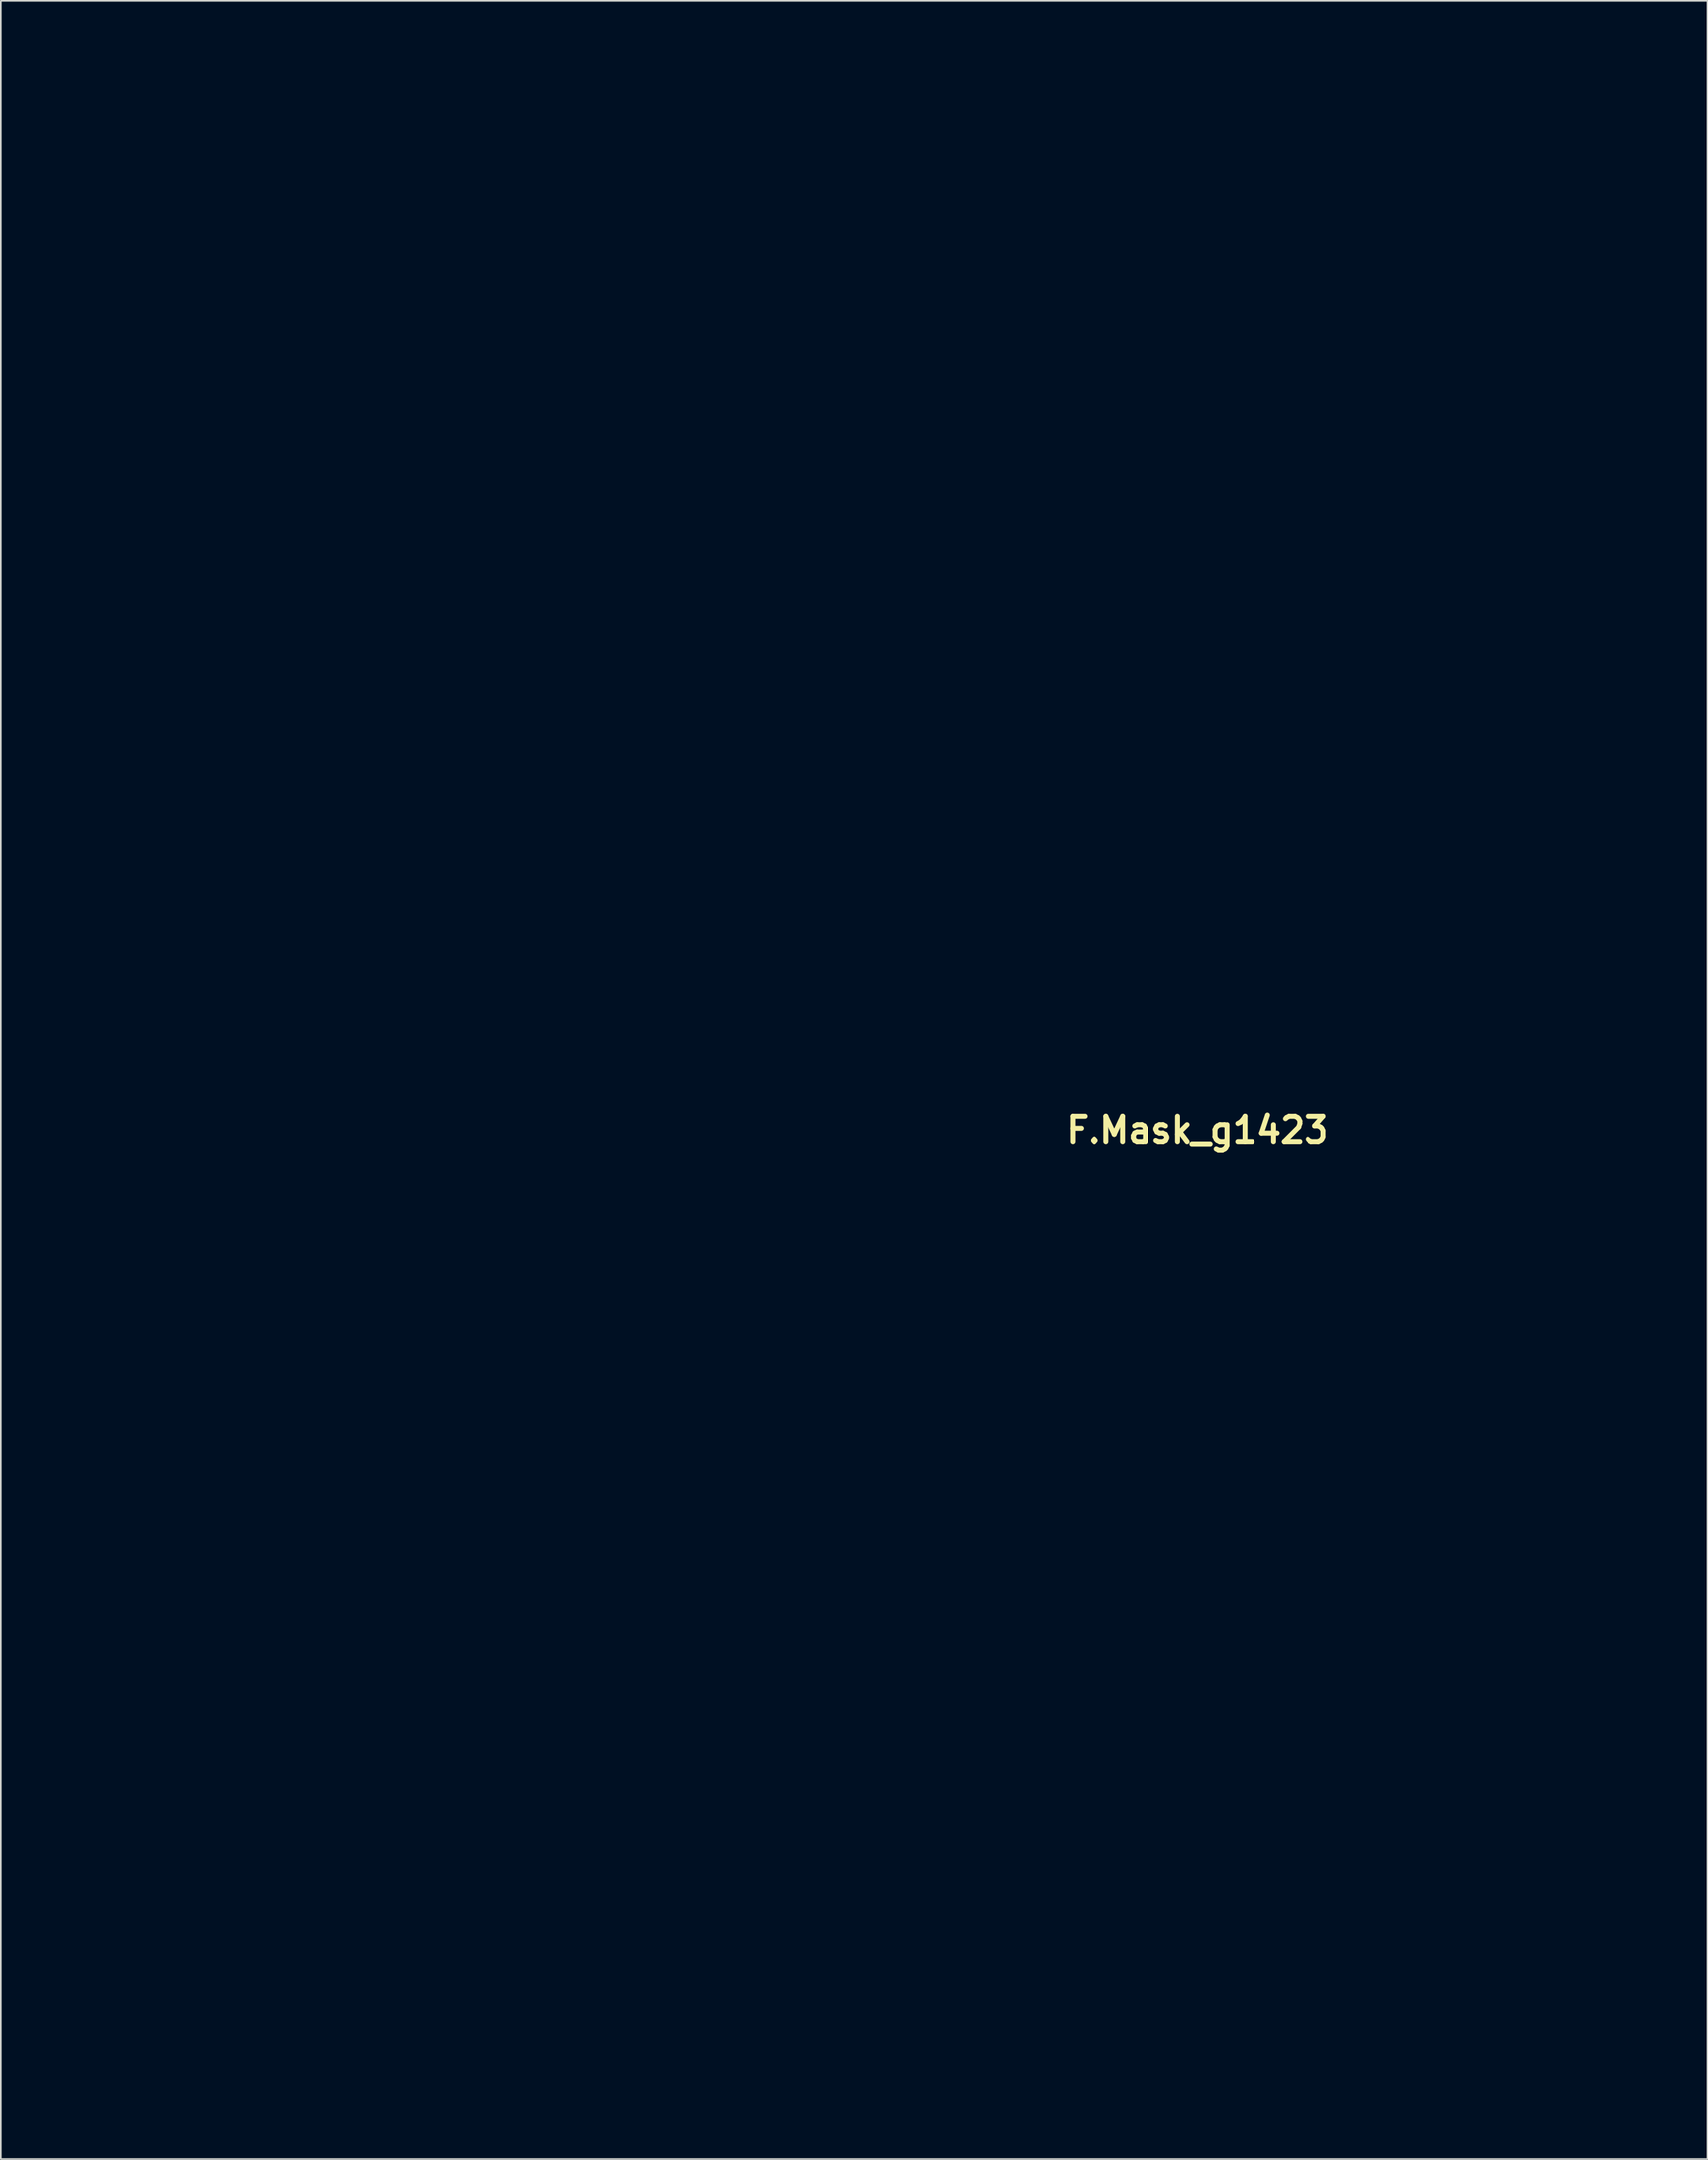
<source format=kicad_pcb>
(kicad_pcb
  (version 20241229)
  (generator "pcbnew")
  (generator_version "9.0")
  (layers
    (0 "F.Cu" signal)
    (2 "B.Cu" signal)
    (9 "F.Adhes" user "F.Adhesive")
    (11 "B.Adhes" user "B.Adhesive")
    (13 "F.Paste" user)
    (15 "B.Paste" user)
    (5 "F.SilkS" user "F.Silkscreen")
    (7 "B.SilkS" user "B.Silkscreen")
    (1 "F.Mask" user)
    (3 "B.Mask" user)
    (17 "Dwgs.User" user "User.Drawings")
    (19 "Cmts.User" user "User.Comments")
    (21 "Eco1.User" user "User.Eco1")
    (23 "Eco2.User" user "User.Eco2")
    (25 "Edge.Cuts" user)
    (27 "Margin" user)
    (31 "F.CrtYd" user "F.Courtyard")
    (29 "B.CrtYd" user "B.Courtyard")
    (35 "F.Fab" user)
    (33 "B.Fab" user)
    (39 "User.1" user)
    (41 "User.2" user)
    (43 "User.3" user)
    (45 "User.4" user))
  (footprint "F.Mask_g1423"
    (layer "F.Cu")
    (at 70.159 66.024)
    (property "Reference" "F.Mask_g1423" (at 0 0 0) (layer "F.SilkS") (effects (font (size 1.524 1.524) (thickness 0.3))))
    (attr through_hole)
    (fp_poly (pts (xy -37.304 13.784) (xy -37.18 13.789) (xy -37.085 13.796) (xy -37.008 13.806) (xy -36.934 13.823) (xy -36.852 13.848) (xy -36.794 13.868) (xy -36.625 13.932) (xy -36.485 14.001) (xy -36.361 14.082) (xy -36.239 14.183) (xy -36.164 14.256) (xy -36 14.441) (xy -35.872 14.636) (xy -35.78 14.846) (xy -35.72 15.076) (xy -35.691 15.33) (xy -35.687 15.469) (xy -35.706 15.746) (xy -35.762 16.003) (xy -35.853 16.24) (xy -35.976 16.454) (xy -36.13 16.642) (xy -36.312 16.804) (xy -36.52 16.937) (xy -36.752 17.038) (xy -37.007 17.107) (xy -37.281 17.14) (xy -37.412 17.143) (xy -37.525 17.139) (xy -37.64 17.131) (xy -37.738 17.121) (xy -37.782 17.113) (xy -38.046 17.04) (xy -38.285 16.934) (xy -38.497 16.796) (xy -38.681 16.629) (xy -38.835 16.436) (xy -38.958 16.218) (xy -39.046 15.978) (xy -39.1 15.717) (xy -39.116 15.462) (xy -39.097 15.189) (xy -39.042 14.931) (xy -38.951 14.693) (xy -38.828 14.476) (xy -38.674 14.284) (xy -38.49 14.118) (xy -38.278 13.982) (xy -38.063 13.886) (xy -37.915 13.838) (xy -37.774 13.806) (xy -37.626 13.788) (xy -37.459 13.781) (xy -37.304 13.784)) (stroke (width 0.01) (type solid)) (fill yes) (layer "F.Mask"))
    (fp_poly (pts (xy -31.988 18.836) (xy -31.724 18.89) (xy -31.48 18.979) (xy -31.259 19.101) (xy -31.063 19.255) (xy -30.895 19.438) (xy -30.755 19.65) (xy -30.647 19.888) (xy -30.594 20.055) (xy -30.571 20.178) (xy -30.558 20.329) (xy -30.554 20.495) (xy -30.559 20.663) (xy -30.573 20.819) (xy -30.595 20.952) (xy -30.602 20.979) (xy -30.691 21.228) (xy -30.814 21.453) (xy -30.969 21.653) (xy -31.154 21.824) (xy -31.367 21.966) (xy -31.604 22.075) (xy -31.785 22.131) (xy -31.887 22.155) (xy -31.979 22.17) (xy -32.076 22.178) (xy -32.194 22.181) (xy -32.266 22.181) (xy -32.386 22.178) (xy -32.504 22.171) (xy -32.608 22.161) (xy -32.681 22.15) (xy -32.93 22.076) (xy -33.161 21.967) (xy -33.371 21.826) (xy -33.556 21.655) (xy -33.711 21.459) (xy -33.834 21.239) (xy -33.852 21.197) (xy -33.92 20.991) (xy -33.963 20.762) (xy -33.981 20.524) (xy -33.973 20.291) (xy -33.937 20.074) (xy -33.932 20.055) (xy -33.846 19.801) (xy -33.726 19.572) (xy -33.576 19.37) (xy -33.397 19.197) (xy -33.193 19.054) (xy -32.965 18.943) (xy -32.715 18.866) (xy -32.446 18.824) (xy -32.271 18.817) (xy -31.988 18.836)) (stroke (width 0.01) (type solid)) (fill yes) (layer "F.Mask"))
    (fp_poly (pts (xy -42.348 13.793) (xy -42.193 13.804) (xy -42.059 13.825) (xy -41.937 13.858) (xy -41.815 13.905) (xy -41.683 13.968) (xy -41.678 13.971) (xy -41.465 14.105) (xy -41.279 14.269) (xy -41.122 14.458) (xy -40.995 14.669) (xy -40.901 14.897) (xy -40.839 15.14) (xy -40.813 15.392) (xy -40.822 15.651) (xy -40.87 15.912) (xy -40.914 16.06) (xy -41.016 16.297) (xy -41.152 16.508) (xy -41.319 16.693) (xy -41.516 16.85) (xy -41.74 16.977) (xy -41.989 17.072) (xy -42.153 17.113) (xy -42.274 17.131) (xy -42.422 17.14) (xy -42.581 17.141) (xy -42.737 17.135) (xy -42.876 17.121) (xy -42.937 17.11) (xy -43.182 17.038) (xy -43.414 16.931) (xy -43.625 16.794) (xy -43.811 16.631) (xy -43.966 16.444) (xy -44.024 16.355) (xy -44.115 16.168) (xy -44.186 15.955) (xy -44.233 15.729) (xy -44.254 15.502) (xy -44.25 15.33) (xy -44.209 15.055) (xy -44.132 14.801) (xy -44.021 14.57) (xy -43.877 14.364) (xy -43.703 14.184) (xy -43.499 14.033) (xy -43.268 13.912) (xy -43.059 13.838) (xy -42.99 13.82) (xy -42.925 13.807) (xy -42.853 13.798) (xy -42.766 13.793) (xy -42.653 13.791) (xy -42.534 13.79) (xy -42.348 13.793)) (stroke (width 0.01) (type solid)) (fill yes) (layer "F.Mask"))
    (fp_poly (pts (xy -32.081 3.701) (xy -31.923 3.716) (xy -31.781 3.743) (xy -31.643 3.786) (xy -31.495 3.847) (xy -31.411 3.887) (xy -31.311 3.94) (xy -31.23 3.991) (xy -31.154 4.05) (xy -31.07 4.128) (xy -31.03 4.168) (xy -30.905 4.304) (xy -30.808 4.432) (xy -30.731 4.564) (xy -30.668 4.713) (xy -30.648 4.768) (xy -30.576 5.035) (xy -30.544 5.298) (xy -30.549 5.555) (xy -30.59 5.803) (xy -30.665 6.038) (xy -30.773 6.256) (xy -30.911 6.455) (xy -31.08 6.632) (xy -31.276 6.783) (xy -31.498 6.906) (xy -31.744 6.996) (xy -31.789 7.008) (xy -31.88 7.026) (xy -31.996 7.041) (xy -32.125 7.053) (xy -32.254 7.061) (xy -32.37 7.063) (xy -32.461 7.059) (xy -32.48 7.057) (xy -32.616 7.033) (xy -32.756 7) (xy -32.885 6.963) (xy -32.974 6.932) (xy -33.211 6.814) (xy -33.418 6.666) (xy -33.595 6.49) (xy -33.741 6.287) (xy -33.854 6.058) (xy -33.934 5.805) (xy -33.972 5.584) (xy -33.984 5.315) (xy -33.959 5.056) (xy -33.898 4.809) (xy -33.802 4.577) (xy -33.674 4.365) (xy -33.516 4.177) (xy -33.33 4.015) (xy -33.117 3.883) (xy -33.067 3.859) (xy -32.92 3.796) (xy -32.785 3.751) (xy -32.649 3.721) (xy -32.499 3.704) (xy -32.323 3.698) (xy -32.269 3.697) (xy -32.081 3.701)) (stroke (width 0.01) (type solid)) (fill yes) (layer "F.Mask"))
    (fp_poly (pts (xy -32.106 23.87) (xy -31.963 23.879) (xy -31.839 23.898) (xy -31.721 23.929) (xy -31.598 23.975) (xy -31.457 24.038) (xy -31.435 24.049) (xy -31.331 24.101) (xy -31.25 24.149) (xy -31.178 24.202) (xy -31.103 24.269) (xy -31.033 24.338) (xy -30.901 24.481) (xy -30.799 24.617) (xy -30.719 24.757) (xy -30.655 24.908) (xy -30.587 25.149) (xy -30.552 25.402) (xy -30.55 25.659) (xy -30.581 25.911) (xy -30.643 26.152) (xy -30.737 26.374) (xy -30.779 26.45) (xy -30.921 26.645) (xy -31.095 26.82) (xy -31.296 26.968) (xy -31.516 27.086) (xy -31.749 27.17) (xy -31.832 27.19) (xy -31.924 27.205) (xy -32.041 27.217) (xy -32.167 27.227) (xy -32.291 27.232) (xy -32.399 27.233) (xy -32.47 27.228) (xy -32.748 27.176) (xy -33.002 27.09) (xy -33.232 26.971) (xy -33.435 26.822) (xy -33.61 26.643) (xy -33.755 26.437) (xy -33.867 26.203) (xy -33.932 26.003) (xy -33.961 25.851) (xy -33.977 25.675) (xy -33.979 25.488) (xy -33.969 25.307) (xy -33.945 25.145) (xy -33.933 25.093) (xy -33.845 24.837) (xy -33.724 24.608) (xy -33.571 24.405) (xy -33.388 24.231) (xy -33.174 24.087) (xy -32.931 23.973) (xy -32.797 23.927) (xy -32.718 23.904) (xy -32.649 23.888) (xy -32.579 23.877) (xy -32.498 23.871) (xy -32.394 23.869) (xy -32.279 23.868) (xy -32.106 23.87)) (stroke (width 0.01) (type solid)) (fill yes) (layer "F.Mask"))
    (fp_poly (pts (xy -32.005 8.747) (xy -31.833 8.774) (xy -31.803 8.781) (xy -31.547 8.864) (xy -31.315 8.981) (xy -31.111 9.128) (xy -30.934 9.304) (xy -30.789 9.506) (xy -30.675 9.733) (xy -30.597 9.981) (xy -30.554 10.248) (xy -30.55 10.299) (xy -30.553 10.568) (xy -30.591 10.829) (xy -30.664 11.076) (xy -30.769 11.302) (xy -30.778 11.317) (xy -30.823 11.383) (xy -30.89 11.466) (xy -30.968 11.555) (xy -31.033 11.624) (xy -31.12 11.71) (xy -31.194 11.773) (xy -31.266 11.824) (xy -31.351 11.871) (xy -31.435 11.913) (xy -31.54 11.961) (xy -31.647 12.005) (xy -31.742 12.039) (xy -31.792 12.054) (xy -31.881 12.07) (xy -31.998 12.084) (xy -32.132 12.093) (xy -32.271 12.099) (xy -32.402 12.099) (xy -32.514 12.095) (xy -32.583 12.087) (xy -32.835 12.023) (xy -33.073 11.928) (xy -33.288 11.807) (xy -33.392 11.73) (xy -33.57 11.561) (xy -33.716 11.368) (xy -33.83 11.156) (xy -33.913 10.93) (xy -33.965 10.693) (xy -33.985 10.452) (xy -33.973 10.209) (xy -33.93 9.97) (xy -33.856 9.74) (xy -33.75 9.523) (xy -33.612 9.324) (xy -33.443 9.147) (xy -33.407 9.116) (xy -33.286 9.03) (xy -33.138 8.944) (xy -32.976 8.867) (xy -32.816 8.806) (xy -32.734 8.781) (xy -32.575 8.751) (xy -32.391 8.736) (xy -32.196 8.734) (xy -32.005 8.747)) (stroke (width 0.01) (type solid)) (fill yes) (layer "F.Mask"))
    (fp_poly (pts (xy -27.118 13.783) (xy -27.056 13.786) (xy -26.889 13.794) (xy -26.752 13.808) (xy -26.634 13.83) (xy -26.522 13.863) (xy -26.406 13.91) (xy -26.294 13.963) (xy -26.077 14.092) (xy -25.887 14.254) (xy -25.725 14.445) (xy -25.593 14.663) (xy -25.494 14.905) (xy -25.452 15.054) (xy -25.428 15.2) (xy -25.416 15.371) (xy -25.417 15.552) (xy -25.43 15.726) (xy -25.454 15.878) (xy -25.461 15.907) (xy -25.548 16.162) (xy -25.669 16.392) (xy -25.822 16.596) (xy -26.005 16.772) (xy -26.217 16.917) (xy -26.455 17.031) (xy -26.608 17.082) (xy -26.721 17.106) (xy -26.863 17.124) (xy -27.021 17.135) (xy -27.183 17.139) (xy -27.335 17.135) (xy -27.465 17.123) (xy -27.517 17.114) (xy -27.784 17.038) (xy -28.024 16.93) (xy -28.236 16.79) (xy -28.419 16.62) (xy -28.573 16.418) (xy -28.671 16.245) (xy -28.734 16.107) (xy -28.78 15.98) (xy -28.81 15.854) (xy -28.829 15.717) (xy -28.837 15.556) (xy -28.838 15.452) (xy -28.837 15.318) (xy -28.833 15.215) (xy -28.825 15.132) (xy -28.811 15.057) (xy -28.791 14.98) (xy -28.791 14.98) (xy -28.698 14.727) (xy -28.571 14.499) (xy -28.414 14.299) (xy -28.227 14.128) (xy -28.013 13.987) (xy -27.774 13.88) (xy -27.571 13.821) (xy -27.483 13.802) (xy -27.405 13.79) (xy -27.327 13.783) (xy -27.235 13.781) (xy -27.118 13.783)) (stroke (width 0.01) (type solid)) (fill yes) (layer "F.Mask"))
    (fp_poly (pts (xy -21.804 13.784) (xy -21.703 13.792) (xy -21.612 13.807) (xy -21.604 13.809) (xy -21.342 13.883) (xy -21.104 13.991) (xy -20.892 14.13) (xy -20.707 14.3) (xy -20.553 14.497) (xy -20.43 14.719) (xy -20.341 14.964) (xy -20.298 15.161) (xy -20.283 15.312) (xy -20.281 15.483) (xy -20.291 15.66) (xy -20.312 15.827) (xy -20.341 15.959) (xy -20.433 16.206) (xy -20.559 16.429) (xy -20.718 16.628) (xy -20.905 16.799) (xy -21.12 16.939) (xy -21.358 17.046) (xy -21.505 17.092) (xy -21.59 17.108) (xy -21.706 17.121) (xy -21.84 17.131) (xy -21.98 17.137) (xy -22.116 17.138) (xy -22.235 17.135) (xy -22.325 17.126) (xy -22.334 17.125) (xy -22.595 17.058) (xy -22.835 16.956) (xy -23.052 16.823) (xy -23.244 16.659) (xy -23.405 16.468) (xy -23.535 16.251) (xy -23.538 16.245) (xy -23.611 16.077) (xy -23.661 15.913) (xy -23.691 15.741) (xy -23.703 15.55) (xy -23.701 15.388) (xy -23.692 15.215) (xy -23.675 15.071) (xy -23.647 14.943) (xy -23.604 14.819) (xy -23.544 14.684) (xy -23.51 14.616) (xy -23.451 14.513) (xy -23.381 14.417) (xy -23.291 14.316) (xy -23.242 14.266) (xy -23.09 14.128) (xy -22.941 14.021) (xy -22.78 13.935) (xy -22.594 13.864) (xy -22.585 13.861) (xy -22.497 13.833) (xy -22.421 13.814) (xy -22.345 13.801) (xy -22.256 13.793) (xy -22.142 13.787) (xy -22.076 13.785) (xy -21.925 13.781) (xy -21.804 13.784)) (stroke (width 0.01) (type solid)) (fill yes) (layer "F.Mask"))
    (fp_poly (pts (xy -69.678 24.427) (xy -69.562 24.44) (xy -69.451 24.459) (xy -69.422 24.466) (xy -69.157 24.542) (xy -68.867 24.649) (xy -68.554 24.786) (xy -68.218 24.951) (xy -67.861 25.143) (xy -67.487 25.362) (xy -67.095 25.605) (xy -66.688 25.871) (xy -66.268 26.159) (xy -65.836 26.467) (xy -65.394 26.795) (xy -64.944 27.141) (xy -64.488 27.504) (xy -64.027 27.881) (xy -63.563 28.273) (xy -63.097 28.678) (xy -62.632 29.094) (xy -62.169 29.521) (xy -61.71 29.956) (xy -61.257 30.399) (xy -60.811 30.848) (xy -60.396 31.279) (xy -59.871 31.84) (xy -59.365 32.397) (xy -58.879 32.948) (xy -58.415 33.491) (xy -57.973 34.024) (xy -57.555 34.546) (xy -57.163 35.055) (xy -56.797 35.549) (xy -56.46 36.027) (xy -56.151 36.487) (xy -55.874 36.927) (xy -55.629 37.345) (xy -55.46 37.656) (xy -55.321 37.937) (xy -55.206 38.201) (xy -55.117 38.443) (xy -55.055 38.661) (xy -55.022 38.836) (xy -55.021 38.932) (xy -55.037 39.037) (xy -55.066 39.135) (xy -55.105 39.212) (xy -55.12 39.231) (xy -55.166 39.255) (xy -55.243 39.271) (xy -55.343 39.279) (xy -55.454 39.277) (xy -55.568 39.265) (xy -55.626 39.255) (xy -55.883 39.188) (xy -56.167 39.091) (xy -56.475 38.963) (xy -56.806 38.807) (xy -57.16 38.622) (xy -57.533 38.41) (xy -57.926 38.173) (xy -58.335 37.91) (xy -58.76 37.623) (xy -59.199 37.313) (xy -59.651 36.981) (xy -60.114 36.627) (xy -60.587 36.253) (xy -61.068 35.86) (xy -61.497 35.499) (xy -62.128 34.949) (xy -62.77 34.367) (xy -63.417 33.759) (xy -64.063 33.133) (xy -64.7 32.494) (xy -65.322 31.849) (xy -65.923 31.205) (xy -66.348 30.734) (xy -66.768 30.255) (xy -67.169 29.783) (xy -67.55 29.321) (xy -67.909 28.868) (xy -68.246 28.428) (xy -68.56 28.002) (xy -68.849 27.59) (xy -69.113 27.196) (xy -69.35 26.819) (xy -69.56 26.462) (xy -69.741 26.125) (xy -69.892 25.812) (xy -70.013 25.522) (xy -70.095 25.281) (xy -70.131 25.143) (xy -70.149 25.012) (xy -70.154 24.892) (xy -70.154 24.794) (xy -70.15 24.725) (xy -70.139 24.672) (xy -70.118 24.621) (xy -70.097 24.581) (xy -70.059 24.517) (xy -70.024 24.466) (xy -70.006 24.445) (xy -69.963 24.43) (xy -69.888 24.422) (xy -69.79 24.421) (xy -69.678 24.427)) (stroke (width 0.01) (type solid)) (fill yes) (layer "F.Mask"))
    (fp_poly (pts (xy -31.653 49.495) (xy -31.623 49.495) (xy -30.881 49.505) (xy -30.175 49.521) (xy -29.499 49.543) (xy -28.849 49.571) (xy -28.217 49.606) (xy -27.599 49.648) (xy -26.989 49.696) (xy -26.381 49.753) (xy -25.77 49.817) (xy -25.198 49.885) (xy -24.645 49.959) (xy -24.113 50.038) (xy -23.604 50.123) (xy -23.118 50.212) (xy -22.657 50.306) (xy -22.222 50.404) (xy -21.815 50.506) (xy -21.438 50.611) (xy -21.091 50.719) (xy -20.776 50.829) (xy -20.495 50.941) (xy -20.248 51.055) (xy -20.037 51.171) (xy -19.864 51.287) (xy -19.73 51.404) (xy -19.636 51.521) (xy -19.608 51.573) (xy -19.57 51.675) (xy -19.562 51.762) (xy -19.587 51.846) (xy -19.62 51.906) (xy -19.709 52.014) (xy -19.838 52.123) (xy -20.006 52.233) (xy -20.212 52.345) (xy -20.453 52.456) (xy -20.729 52.566) (xy -21.037 52.676) (xy -21.376 52.784) (xy -21.745 52.89) (xy -22.141 52.993) (xy -22.563 53.094) (xy -23.009 53.19) (xy -23.478 53.283) (xy -23.969 53.371) (xy -24.297 53.425) (xy -25.064 53.538) (xy -25.868 53.639) (xy -26.704 53.728) (xy -27.567 53.804) (xy -28.455 53.868) (xy -29.362 53.918) (xy -30.284 53.955) (xy -31.217 53.979) (xy -32.157 53.989) (xy -33.1 53.985) (xy -33.666 53.975) (xy -34.655 53.947) (xy -35.616 53.906) (xy -36.547 53.852) (xy -37.447 53.785) (xy -38.314 53.705) (xy -39.146 53.613) (xy -39.943 53.508) (xy -40.702 53.391) (xy -41.423 53.261) (xy -41.719 53.202) (xy -42.16 53.106) (xy -42.575 53.006) (xy -42.961 52.902) (xy -43.318 52.794) (xy -43.643 52.684) (xy -43.937 52.572) (xy -44.196 52.458) (xy -44.42 52.343) (xy -44.607 52.228) (xy -44.756 52.112) (xy -44.865 51.998) (xy -44.92 51.913) (xy -44.954 51.808) (xy -44.96 51.694) (xy -44.938 51.588) (xy -44.926 51.561) (xy -44.847 51.449) (xy -44.728 51.335) (xy -44.569 51.221) (xy -44.373 51.106) (xy -44.14 50.992) (xy -43.873 50.88) (xy -43.572 50.768) (xy -43.24 50.659) (xy -42.878 50.553) (xy -42.487 50.449) (xy -42.069 50.35) (xy -41.625 50.254) (xy -41.157 50.164) (xy -40.93 50.123) (xy -40.147 49.997) (xy -39.325 49.884) (xy -38.468 49.785) (xy -37.578 49.701) (xy -36.656 49.63) (xy -35.705 49.574) (xy -34.727 49.532) (xy -33.724 49.505) (xy -32.699 49.492) (xy -31.653 49.495)) (stroke (width 0.01) (type solid)) (fill yes) (layer "F.Mask"))
    (fp_poly (pts (xy 28.094 24.15) (xy 28.128 24.207) (xy 28.154 24.297) (xy 28.169 24.414) (xy 28.172 24.515) (xy 28.163 24.732) (xy 28.133 24.986) (xy 28.084 25.273) (xy 28.016 25.594) (xy 27.929 25.946) (xy 27.823 26.329) (xy 27.7 26.74) (xy 27.559 27.178) (xy 27.401 27.643) (xy 27.227 28.132) (xy 27.036 28.644) (xy 26.829 29.178) (xy 26.732 29.423) (xy 26.321 30.422) (xy 25.878 31.443) (xy 25.404 32.482) (xy 24.902 33.537) (xy 24.373 34.605) (xy 23.819 35.681) (xy 23.242 36.762) (xy 22.643 37.846) (xy 22.024 38.929) (xy 21.387 40.007) (xy 20.734 41.077) (xy 20.066 42.136) (xy 19.816 42.524) (xy 18.879 43.946) (xy 17.939 45.327) (xy 16.996 46.666) (xy 16.05 47.966) (xy 15.099 49.226) (xy 14.144 50.448) (xy 13.183 51.632) (xy 12.216 52.778) (xy 11.42 53.69) (xy 11.067 54.085) (xy 10.733 54.454) (xy 10.412 54.804) (xy 10.095 55.142) (xy 9.776 55.476) (xy 9.449 55.813) (xy 9.106 56.16) (xy 8.741 56.524) (xy 8.718 56.547) (xy 8.267 56.988) (xy 7.84 57.396) (xy 7.436 57.772) (xy 7.052 58.116) (xy 6.688 58.43) (xy 6.343 58.716) (xy 6.016 58.973) (xy 5.704 59.203) (xy 5.408 59.407) (xy 5.387 59.421) (xy 5.201 59.538) (xy 5.025 59.64) (xy 4.862 59.724) (xy 4.715 59.791) (xy 4.588 59.838) (xy 4.484 59.864) (xy 4.406 59.867) (xy 4.359 59.847) (xy 4.357 59.844) (xy 4.345 59.817) (xy 4.337 59.765) (xy 4.332 59.684) (xy 4.33 59.568) (xy 4.329 59.491) (xy 4.332 59.363) (xy 4.339 59.24) (xy 4.351 59.114) (xy 4.37 58.98) (xy 4.397 58.832) (xy 4.432 58.664) (xy 4.477 58.469) (xy 4.533 58.242) (xy 4.554 58.155) (xy 4.695 57.631) (xy 4.859 57.074) (xy 5.047 56.488) (xy 5.256 55.875) (xy 5.485 55.237) (xy 5.734 54.577) (xy 6.002 53.897) (xy 6.288 53.2) (xy 6.59 52.487) (xy 6.908 51.762) (xy 7.24 51.026) (xy 7.585 50.283) (xy 7.943 49.534) (xy 8.313 48.782) (xy 8.693 48.029) (xy 9.082 47.278) (xy 9.479 46.531) (xy 9.884 45.79) (xy 9.911 45.741) (xy 10.695 44.358) (xy 11.508 42.984) (xy 12.348 41.621) (xy 13.212 40.274) (xy 14.099 38.943) (xy 15.006 37.634) (xy 15.93 36.349) (xy 16.871 35.091) (xy 17.825 33.863) (xy 18.791 32.668) (xy 19.766 31.51) (xy 20.584 30.575) (xy 21.059 30.047) (xy 21.531 29.534) (xy 21.999 29.036) (xy 22.461 28.555) (xy 22.917 28.092) (xy 23.364 27.649) (xy 23.802 27.225) (xy 24.229 26.824) (xy 24.644 26.445) (xy 25.045 26.09) (xy 25.432 25.76) (xy 25.802 25.457) (xy 26.155 25.181) (xy 26.49 24.934) (xy 26.804 24.717) (xy 27.097 24.531) (xy 27.367 24.377) (xy 27.521 24.299) (xy 27.652 24.242) (xy 27.783 24.193) (xy 27.903 24.156) (xy 28.004 24.135) (xy 28.052 24.13) (xy 28.094 24.15)) (stroke (width 0.01) (type solid)) (fill yes) (layer "F.Mask"))
    (fp_poly (pts (xy 22.961 20.922) (xy 22.986 20.946) (xy 22.999 20.961) (xy 23.048 21.042) (xy 23.079 21.152) (xy 23.092 21.291) (xy 23.087 21.46) (xy 23.062 21.661) (xy 23.019 21.895) (xy 22.958 22.163) (xy 22.877 22.467) (xy 22.777 22.806) (xy 22.773 22.819) (xy 22.665 23.17) (xy 22.493 23.306) (xy 22.18 23.56) (xy 21.845 23.845) (xy 21.488 24.159) (xy 21.114 24.5) (xy 20.724 24.866) (xy 20.321 25.254) (xy 19.907 25.661) (xy 19.485 26.086) (xy 19.056 26.526) (xy 18.624 26.978) (xy 18.191 27.44) (xy 17.759 27.911) (xy 17.599 28.088) (xy 16.795 28.996) (xy 15.988 29.936) (xy 15.182 30.905) (xy 14.382 31.897) (xy 13.592 32.907) (xy 12.814 33.929) (xy 12.054 34.959) (xy 11.315 35.991) (xy 10.602 37.019) (xy 9.917 38.04) (xy 9.266 39.046) (xy 9.182 39.179) (xy 8.618 40.085) (xy 8.063 41.002) (xy 7.517 41.93) (xy 6.981 42.865) (xy 6.457 43.804) (xy 5.947 44.746) (xy 5.45 45.688) (xy 4.97 46.626) (xy 4.506 47.559) (xy 4.06 48.484) (xy 3.634 49.398) (xy 3.228 50.298) (xy 2.844 51.183) (xy 2.484 52.049) (xy 2.148 52.895) (xy 1.838 53.716) (xy 1.555 54.511) (xy 1.373 55.053) (xy 1.259 55.4) (xy 1.016 55.623) (xy 0.8 55.814) (xy 0.586 55.991) (xy 0.378 56.151) (xy 0.179 56.292) (xy -0.008 56.413) (xy -0.178 56.51) (xy -0.33 56.581) (xy -0.459 56.625) (xy -0.526 56.637) (xy -0.59 56.64) (xy -0.627 56.631) (xy -0.654 56.604) (xy -0.663 56.592) (xy -0.706 56.493) (xy -0.732 56.358) (xy -0.74 56.187) (xy -0.731 55.982) (xy -0.705 55.745) (xy -0.662 55.478) (xy -0.601 55.181) (xy -0.539 54.917) (xy -0.416 54.452) (xy -0.269 53.954) (xy -0.099 53.426) (xy 0.093 52.87) (xy 0.305 52.287) (xy 0.538 51.679) (xy 0.791 51.049) (xy 1.061 50.399) (xy 1.349 49.73) (xy 1.654 49.045) (xy 1.975 48.345) (xy 2.311 47.633) (xy 2.66 46.91) (xy 3.023 46.179) (xy 3.398 45.442) (xy 3.785 44.7) (xy 4.182 43.956) (xy 4.345 43.656) (xy 5.148 42.216) (xy 5.979 40.785) (xy 6.839 39.366) (xy 7.724 37.961) (xy 8.632 36.574) (xy 9.562 35.205) (xy 10.513 33.859) (xy 11.481 32.538) (xy 12.466 31.244) (xy 13.465 29.98) (xy 14.477 28.749) (xy 15.499 27.553) (xy 16.531 26.395) (xy 17.144 25.728) (xy 17.415 25.441) (xy 17.705 25.14) (xy 18.009 24.829) (xy 18.322 24.514) (xy 18.64 24.2) (xy 18.957 23.89) (xy 19.269 23.591) (xy 19.57 23.306) (xy 19.856 23.041) (xy 20.122 22.8) (xy 20.256 22.681) (xy 20.577 22.405) (xy 20.886 22.148) (xy 21.183 21.912) (xy 21.465 21.698) (xy 21.731 21.507) (xy 21.979 21.341) (xy 22.206 21.2) (xy 22.412 21.087) (xy 22.593 21.001) (xy 22.75 20.946) (xy 22.815 20.93) (xy 22.888 20.916) (xy 22.932 20.913) (xy 22.961 20.922)) (stroke (width 0.01) (type solid)) (fill yes) (layer "F.Mask"))
    (fp_poly (pts (xy 4.982 12.289) (xy 5.03 12.322) (xy 5.093 12.37) (xy 5.118 12.39) (xy 5.255 12.495) (xy 5.406 12.603) (xy 5.573 12.715) (xy 5.758 12.833) (xy 5.963 12.956) (xy 6.189 13.085) (xy 6.439 13.223) (xy 6.714 13.369) (xy 7.015 13.525) (xy 7.345 13.692) (xy 7.706 13.87) (xy 8.099 14.061) (xy 8.525 14.265) (xy 8.988 14.483) (xy 9.451 14.7) (xy 10.024 14.968) (xy 10.562 15.223) (xy 11.065 15.463) (xy 11.531 15.688) (xy 11.961 15.9) (xy 12.354 16.096) (xy 12.71 16.277) (xy 13.029 16.443) (xy 13.31 16.594) (xy 13.553 16.73) (xy 13.757 16.849) (xy 13.912 16.946) (xy 14.01 17.012) (xy 14.075 17.063) (xy 14.108 17.109) (xy 14.114 17.155) (xy 14.094 17.211) (xy 14.052 17.284) (xy 14.037 17.307) (xy 13.981 17.384) (xy 13.905 17.476) (xy 13.817 17.575) (xy 13.723 17.674) (xy 13.632 17.764) (xy 13.55 17.839) (xy 13.485 17.889) (xy 13.471 17.898) (xy 13.413 17.925) (xy 13.327 17.956) (xy 13.225 17.986) (xy 13.152 18.004) (xy 13.068 18.023) (xy 12.99 18.037) (xy 12.911 18.047) (xy 12.821 18.055) (xy 12.712 18.06) (xy 12.575 18.063) (xy 12.467 18.065) (xy 12.327 18.067) (xy 12.196 18.067) (xy 12.082 18.067) (xy 11.993 18.066) (xy 11.936 18.064) (xy 11.927 18.063) (xy 11.852 18.054) (xy 11.746 18.04) (xy 11.613 18.022) (xy 11.459 18.001) (xy 11.288 17.976) (xy 11.104 17.949) (xy 10.911 17.921) (xy 10.716 17.892) (xy 10.521 17.863) (xy 10.332 17.834) (xy 10.154 17.806) (xy 9.99 17.781) (xy 9.845 17.758) (xy 9.724 17.738) (xy 9.631 17.722) (xy 9.571 17.711) (xy 9.549 17.705) (xy 9.556 17.685) (xy 9.582 17.635) (xy 9.622 17.562) (xy 9.674 17.473) (xy 9.701 17.426) (xy 9.799 17.258) (xy 9.875 17.117) (xy 9.933 16.997) (xy 9.976 16.891) (xy 10.007 16.792) (xy 10.024 16.722) (xy 10.042 16.566) (xy 10.027 16.431) (xy 9.976 16.312) (xy 9.887 16.207) (xy 9.76 16.113) (xy 9.668 16.063) (xy 9.592 16.026) (xy 9.532 16) (xy 9.496 15.988) (xy 9.49 15.988) (xy 9.502 16.004) (xy 9.54 16.04) (xy 9.599 16.091) (xy 9.656 16.137) (xy 9.759 16.221) (xy 9.828 16.287) (xy 9.867 16.335) (xy 9.878 16.371) (xy 9.873 16.385) (xy 9.854 16.397) (xy 9.816 16.395) (xy 9.755 16.381) (xy 9.666 16.351) (xy 9.545 16.305) (xy 9.461 16.272) (xy 9.217 16.17) (xy 8.946 16.05) (xy 8.654 15.915) (xy 8.345 15.769) (xy 8.025 15.612) (xy 7.698 15.448) (xy 7.683 15.44) (xy 9.066 15.44) (xy 9.081 15.452) (xy 9.123 15.466) (xy 9.182 15.471) (xy 9.186 15.471) (xy 9.26 15.469) (xy 9.189 15.438) (xy 9.138 15.422) (xy 9.094 15.418) (xy 9.067 15.424) (xy 9.066 15.44) (xy 7.683 15.44) (xy 7.369 15.279) (xy 7.043 15.107) (xy 6.725 14.936) (xy 6.419 14.767) (xy 6.13 14.604) (xy 5.862 14.448) (xy 5.622 14.302) (xy 5.413 14.17) (xy 5.313 14.102) (xy 5.187 14.013) (xy 5.056 13.915) (xy 4.927 13.814) (xy 4.81 13.718) (xy 4.712 13.632) (xy 4.652 13.574) (xy 4.572 13.492) (xy 4.729 12.942) (xy 4.783 12.756) (xy 4.826 12.608) (xy 4.861 12.493) (xy 4.888 12.407) (xy 4.91 12.346) (xy 4.928 12.307) (xy 4.942 12.285) (xy 4.954 12.277) (xy 4.958 12.277) (xy 4.982 12.289)) (stroke (width 0.01) (type solid)) (fill yes) (layer "F.Mask"))
    (fp_poly (pts (xy 3.424 17.597) (xy 3.439 17.637) (xy 3.439 17.709) (xy 3.422 17.811) (xy 3.409 17.864) (xy 3.371 18.031) (xy 3.351 18.16) (xy 3.351 18.253) (xy 3.37 18.309) (xy 3.375 18.316) (xy 3.396 18.333) (xy 3.421 18.344) (xy 3.457 18.348) (xy 3.51 18.346) (xy 3.586 18.337) (xy 3.692 18.32) (xy 3.816 18.299) (xy 4.024 18.265) (xy 4.216 18.24) (xy 4.401 18.222) (xy 4.591 18.211) (xy 4.795 18.207) (xy 5.025 18.207) (xy 5.186 18.21) (xy 5.421 18.217) (xy 5.618 18.226) (xy 5.782 18.237) (xy 5.917 18.253) (xy 6.028 18.273) (xy 6.119 18.298) (xy 6.195 18.33) (xy 6.26 18.369) (xy 6.319 18.417) (xy 6.337 18.433) (xy 6.421 18.526) (xy 6.515 18.651) (xy 6.614 18.801) (xy 6.713 18.966) (xy 6.808 19.139) (xy 6.894 19.313) (xy 6.965 19.479) (xy 6.979 19.515) (xy 7.062 19.787) (xy 7.107 20.064) (xy 7.116 20.351) (xy 7.086 20.649) (xy 7.019 20.962) (xy 6.982 21.093) (xy 6.924 21.27) (xy 6.856 21.448) (xy 6.777 21.632) (xy 6.684 21.826) (xy 6.574 22.035) (xy 6.445 22.265) (xy 6.295 22.521) (xy 6.181 22.708) (xy 5.883 23.195) (xy 5.175 23.579) (xy 4.869 23.743) (xy 4.594 23.889) (xy 4.351 24.015) (xy 4.141 24.121) (xy 3.964 24.207) (xy 3.821 24.272) (xy 3.713 24.317) (xy 3.641 24.34) (xy 3.638 24.34) (xy 3.451 24.361) (xy 3.268 24.342) (xy 3.192 24.322) (xy 3.054 24.266) (xy 2.898 24.182) (xy 2.734 24.077) (xy 2.568 23.956) (xy 2.41 23.826) (xy 2.269 23.693) (xy 2.151 23.563) (xy 2.149 23.56) (xy 1.991 23.336) (xy 1.868 23.093) (xy 1.778 22.83) (xy 1.721 22.545) (xy 1.698 22.238) (xy 1.701 22.109) (xy 2.889 22.109) (xy 2.956 22.25) (xy 3.06 22.441) (xy 3.187 22.628) (xy 3.331 22.803) (xy 3.484 22.959) (xy 3.64 23.087) (xy 3.772 23.172) (xy 3.825 23.2) (xy 3.86 23.214) (xy 3.894 23.215) (xy 3.94 23.204) (xy 4.002 23.186) (xy 4.116 23.144) (xy 4.254 23.08) (xy 4.405 23) (xy 4.562 22.908) (xy 4.714 22.812) (xy 4.853 22.715) (xy 4.97 22.624) (xy 5.035 22.564) (xy 5.098 22.488) (xy 5.17 22.379) (xy 5.249 22.242) (xy 5.331 22.085) (xy 5.414 21.913) (xy 5.495 21.733) (xy 5.57 21.552) (xy 5.636 21.377) (xy 5.691 21.213) (xy 5.722 21.103) (xy 5.781 20.831) (xy 5.81 20.576) (xy 5.811 20.342) (xy 5.784 20.131) (xy 5.729 19.945) (xy 5.647 19.787) (xy 5.538 19.659) (xy 5.514 19.638) (xy 5.382 19.552) (xy 5.218 19.486) (xy 5.029 19.438) (xy 4.819 19.41) (xy 4.596 19.401) (xy 4.365 19.413) (xy 4.133 19.445) (xy 3.905 19.497) (xy 3.776 19.538) (xy 3.618 19.6) (xy 3.463 19.672) (xy 3.324 19.748) (xy 3.21 19.823) (xy 3.164 19.86) (xy 3.124 19.897) (xy 3.093 19.936) (xy 3.069 19.983) (xy 3.049 20.046) (xy 3.031 20.131) (xy 3.012 20.246) (xy 2.996 20.352) (xy 2.939 20.823) (xy 2.903 21.276) (xy 2.891 21.685) (xy 2.889 22.109) (xy 1.701 22.109) (xy 1.707 21.906) (xy 1.749 21.55) (xy 1.789 21.325) (xy 1.831 21.13) (xy 1.879 20.938) (xy 1.935 20.746) (xy 2.001 20.547) (xy 2.079 20.336) (xy 2.17 20.11) (xy 2.276 19.862) (xy 2.399 19.589) (xy 2.541 19.284) (xy 2.564 19.236) (xy 2.627 19.101) (xy 2.688 18.974) (xy 2.741 18.859) (xy 2.785 18.766) (xy 2.816 18.7) (xy 2.825 18.68) (xy 2.879 18.561) (xy 2.941 18.429) (xy 3.007 18.29) (xy 3.074 18.151) (xy 3.139 18.018) (xy 3.198 17.898) (xy 3.248 17.799) (xy 3.287 17.726) (xy 3.305 17.693) (xy 3.356 17.623) (xy 3.396 17.592) (xy 3.424 17.597)) (stroke (width 0.01) (type solid)) (fill yes) (layer "F.Mask"))
    (fp_poly (pts (xy 4.061 15.723) (xy 4.163 15.734) (xy 4.291 15.749) (xy 4.441 15.769) (xy 4.607 15.792) (xy 4.786 15.818) (xy 4.795 15.82) (xy 4.996 15.85) (xy 5.206 15.88) (xy 5.43 15.913) (xy 5.669 15.947) (xy 5.927 15.984) (xy 6.207 16.023) (xy 6.512 16.066) (xy 6.844 16.112) (xy 7.208 16.162) (xy 7.605 16.217) (xy 8.04 16.277) (xy 8.345 16.319) (xy 8.543 16.346) (xy 8.733 16.372) (xy 8.909 16.397) (xy 9.067 16.419) (xy 9.201 16.437) (xy 9.305 16.452) (xy 9.376 16.463) (xy 9.401 16.466) (xy 9.517 16.493) (xy 9.594 16.532) (xy 9.636 16.587) (xy 9.646 16.661) (xy 9.632 16.738) (xy 9.608 16.809) (xy 9.567 16.908) (xy 9.512 17.028) (xy 9.449 17.16) (xy 9.38 17.297) (xy 9.31 17.429) (xy 9.25 17.536) (xy 9.161 17.694) (xy 9.079 17.85) (xy 9.005 17.998) (xy 8.943 18.131) (xy 8.895 18.245) (xy 8.864 18.333) (xy 8.853 18.379) (xy 8.849 18.439) (xy 8.857 18.47) (xy 8.881 18.486) (xy 8.889 18.489) (xy 8.942 18.492) (xy 8.996 18.479) (xy 9.021 18.466) (xy 9.047 18.445) (xy 9.079 18.411) (xy 9.121 18.359) (xy 9.177 18.284) (xy 9.251 18.182) (xy 9.292 18.123) (xy 9.345 18.063) (xy 9.405 18.013) (xy 9.43 17.998) (xy 9.503 17.963) (xy 9.794 18.106) (xy 10.01 18.216) (xy 10.233 18.337) (xy 10.46 18.467) (xy 10.684 18.601) (xy 10.901 18.738) (xy 11.106 18.872) (xy 11.293 19.002) (xy 11.458 19.124) (xy 11.596 19.235) (xy 11.702 19.331) (xy 11.714 19.344) (xy 11.746 19.377) (xy 11.768 19.405) (xy 11.779 19.433) (xy 11.775 19.467) (xy 11.757 19.514) (xy 11.721 19.578) (xy 11.667 19.666) (xy 11.593 19.784) (xy 11.584 19.797) (xy 11.466 19.978) (xy 11.344 20.152) (xy 11.226 20.312) (xy 11.115 20.451) (xy 11.017 20.562) (xy 10.991 20.588) (xy 10.91 20.66) (xy 10.839 20.696) (xy 10.768 20.7) (xy 10.688 20.674) (xy 10.667 20.664) (xy 10.641 20.649) (xy 10.607 20.628) (xy 10.561 20.596) (xy 10.5 20.553) (xy 10.42 20.496) (xy 10.318 20.421) (xy 10.191 20.327) (xy 10.034 20.212) (xy 9.955 20.153) (xy 9.851 20.065) (xy 9.781 19.976) (xy 9.739 19.875) (xy 9.718 19.75) (xy 9.716 19.728) (xy 9.705 19.569) (xy 9.602 19.709) (xy 9.499 19.85) (xy 9.38 19.797) (xy 9.289 19.755) (xy 9.182 19.703) (xy 9.067 19.645) (xy 8.953 19.585) (xy 8.848 19.528) (xy 8.759 19.478) (xy 8.694 19.439) (xy 8.669 19.421) (xy 8.627 19.374) (xy 8.609 19.32) (xy 8.616 19.251) (xy 8.649 19.161) (xy 8.708 19.046) (xy 8.715 19.034) (xy 8.786 18.905) (xy 8.832 18.806) (xy 8.856 18.732) (xy 8.857 18.678) (xy 8.838 18.639) (xy 8.798 18.611) (xy 8.793 18.608) (xy 8.723 18.585) (xy 8.682 18.591) (xy 8.671 18.625) (xy 8.673 18.635) (xy 8.665 18.683) (xy 8.624 18.747) (xy 8.55 18.829) (xy 8.442 18.93) (xy 8.336 19.021) (xy 8.173 19.158) (xy 7.616 18.868) (xy 7.234 18.67) (xy 6.887 18.488) (xy 6.573 18.322) (xy 6.289 18.171) (xy 6.032 18.033) (xy 5.799 17.906) (xy 5.588 17.789) (xy 5.396 17.68) (xy 5.221 17.578) (xy 5.059 17.481) (xy 4.908 17.389) (xy 4.765 17.298) (xy 4.667 17.235) (xy 4.363 17.028) (xy 4.096 16.829) (xy 3.867 16.639) (xy 3.676 16.459) (xy 3.525 16.29) (xy 3.413 16.131) (xy 3.389 16.088) (xy 3.356 16.015) (xy 3.333 15.94) (xy 3.322 15.875) (xy 3.324 15.829) (xy 3.341 15.812) (xy 3.365 15.824) (xy 3.41 15.857) (xy 3.444 15.885) (xy 3.506 15.933) (xy 3.566 15.97) (xy 3.59 15.982) (xy 3.621 15.991) (xy 3.647 15.988) (xy 3.678 15.968) (xy 3.722 15.926) (xy 3.778 15.867) (xy 3.842 15.803) (xy 3.902 15.752) (xy 3.948 15.721) (xy 3.959 15.717) (xy 3.992 15.717) (xy 4.061 15.723)) (stroke (width 0.01) (type solid)) (fill yes) (layer "F.Mask"))
    (fp_poly (pts (xy -2.801 27.065) (xy -2.801 27.065) (xy -2.804 27.107) (xy -2.833 27.169) (xy -2.881 27.242) (xy -2.943 27.315) (xy -2.974 27.347) (xy -3.056 27.435) (xy -3.106 27.51) (xy -3.129 27.584) (xy -3.133 27.631) (xy -3.123 27.699) (xy -3.089 27.75) (xy -3.028 27.788) (xy -2.934 27.815) (xy -2.804 27.833) (xy -2.79 27.835) (xy -2.679 27.848) (xy -2.604 27.866) (xy -2.559 27.889) (xy -2.556 27.891) (xy -2.53 27.92) (xy -2.483 27.977) (xy -2.421 28.055) (xy -2.349 28.147) (xy -2.29 28.226) (xy -2.091 28.487) (xy -1.903 28.729) (xy -1.72 28.958) (xy -1.536 29.183) (xy -1.345 29.409) (xy -1.141 29.643) (xy -0.919 29.894) (xy -0.673 30.166) (xy -0.657 30.183) (xy -0.395 30.473) (xy -0.16 30.735) (xy 0.05 30.972) (xy 0.236 31.185) (xy 0.401 31.377) (xy 0.546 31.552) (xy 0.673 31.71) (xy 0.784 31.855) (xy 0.882 31.989) (xy 0.969 32.114) (xy 1.045 32.232) (xy 1.091 32.307) (xy 1.149 32.411) (xy 1.188 32.489) (xy 1.211 32.554) (xy 1.221 32.614) (xy 1.222 32.625) (xy 1.23 32.734) (xy 0.992 32.999) (xy 0.88 33.121) (xy 0.763 33.245) (xy 0.647 33.367) (xy 0.534 33.482) (xy 0.429 33.586) (xy 0.335 33.677) (xy 0.257 33.749) (xy 0.198 33.799) (xy 0.163 33.823) (xy 0.158 33.824) (xy 0.126 33.812) (xy 0.072 33.778) (xy 0.004 33.73) (xy -0.031 33.703) (xy -0.123 33.63) (xy -0.22 33.556) (xy -0.315 33.486) (xy -0.403 33.422) (xy -0.476 33.371) (xy -0.53 33.335) (xy -0.558 33.32) (xy -0.56 33.319) (xy -0.561 33.342) (xy -0.558 33.4) (xy -0.552 33.489) (xy -0.544 33.602) (xy -0.534 33.733) (xy -0.528 33.812) (xy -0.504 34.136) (xy -0.485 34.457) (xy -0.47 34.77) (xy -0.46 35.066) (xy -0.456 35.34) (xy -0.456 35.584) (xy -0.462 35.77) (xy -0.479 36.161) (xy -0.647 36.319) (xy -0.736 36.402) (xy -0.837 36.497) (xy -0.947 36.598) (xy -1.061 36.702) (xy -1.175 36.806) (xy -1.284 36.905) (xy -1.384 36.995) (xy -1.471 37.072) (xy -1.54 37.133) (xy -1.586 37.173) (xy -1.607 37.189) (xy -1.607 37.189) (xy -1.626 37.176) (xy -1.671 37.138) (xy -1.737 37.082) (xy -1.818 37.012) (xy -1.884 36.954) (xy -1.995 36.856) (xy -2.125 36.743) (xy -2.262 36.626) (xy -2.393 36.515) (xy -2.455 36.463) (xy -2.725 36.237) (xy -2.97 36.027) (xy -3.19 35.834) (xy -3.383 35.66) (xy -3.549 35.506) (xy -3.685 35.373) (xy -3.792 35.261) (xy -3.867 35.173) (xy -3.908 35.11) (xy -3.969 34.954) (xy -4.011 34.765) (xy -4.033 34.55) (xy -4.034 34.314) (xy -4.023 34.152) (xy -4.006 33.991) (xy -3.986 33.866) (xy -3.961 33.77) (xy -3.929 33.698) (xy -3.89 33.642) (xy -3.862 33.615) (xy -3.813 33.577) (xy -3.767 33.557) (xy -3.706 33.55) (xy -3.66 33.549) (xy -3.518 33.563) (xy -3.364 33.604) (xy -3.197 33.675) (xy -3.015 33.777) (xy -2.815 33.91) (xy -2.596 34.076) (xy -2.424 34.217) (xy -2.301 34.32) (xy -2.179 34.419) (xy -2.064 34.512) (xy -1.958 34.595) (xy -1.868 34.665) (xy -1.798 34.717) (xy -1.752 34.748) (xy -1.737 34.756) (xy -1.721 34.748) (xy -1.709 34.723) (xy -1.701 34.674) (xy -1.696 34.598) (xy -1.693 34.489) (xy -1.692 34.343) (xy -1.692 34.338) (xy -1.693 34.23) (xy -1.695 34.125) (xy -1.698 34.02) (xy -1.703 33.909) (xy -1.71 33.789) (xy -1.72 33.655) (xy -1.733 33.503) (xy -1.749 33.328) (xy -1.768 33.127) (xy -1.791 32.894) (xy -1.818 32.625) (xy -1.833 32.485) (xy -1.928 31.558) (xy -2.145 31.278) (xy -2.351 31.009) (xy -2.531 30.765) (xy -2.689 30.539) (xy -2.828 30.327) (xy -2.952 30.123) (xy -3.065 29.922) (xy -3.136 29.787) (xy -3.283 29.466) (xy -3.39 29.159) (xy -3.458 28.864) (xy -3.487 28.581) (xy -3.486 28.416) (xy -3.461 28.184) (xy -3.409 27.974) (xy -3.324 27.774) (xy -3.205 27.574) (xy -3.187 27.548) (xy -3.133 27.468) (xy -3.079 27.386) (xy -3.043 27.326) (xy -3.002 27.263) (xy -2.952 27.198) (xy -2.901 27.138) (xy -2.854 27.092) (xy -2.818 27.065) (xy -2.801 27.065)) (stroke (width 0.01) (type solid)) (fill yes) (layer "F.Mask"))
    (fp_poly (pts (xy -34.218 -57.58) (xy -34.134 -57.557) (xy -33.947 -57.494) (xy -33.79 -57.424) (xy -33.665 -57.348) (xy -33.577 -57.27) (xy -33.54 -57.216) (xy -33.52 -57.165) (xy -33.499 -57.091) (xy -33.486 -57.034) (xy -33.449 -56.912) (xy -33.386 -56.764) (xy -33.297 -56.593) (xy -33.186 -56.403) (xy -33.054 -56.198) (xy -32.903 -55.981) (xy -32.881 -55.952) (xy -32.811 -55.858) (xy -32.738 -55.765) (xy -32.672 -55.686) (xy -32.627 -55.636) (xy -32.53 -55.537) (xy -32.296 -55.851) (xy -32.104 -56.113) (xy -31.936 -56.355) (xy -31.793 -56.572) (xy -31.677 -56.764) (xy -31.623 -56.86) (xy -31.569 -56.966) (xy -31.534 -57.051) (xy -31.511 -57.132) (xy -31.496 -57.222) (xy -31.496 -57.224) (xy -31.475 -57.344) (xy -31.444 -57.436) (xy -31.4 -57.499) (xy -31.34 -57.535) (xy -31.26 -57.543) (xy -31.159 -57.524) (xy -31.033 -57.478) (xy -30.879 -57.405) (xy -30.717 -57.32) (xy -30.591 -57.252) (xy -30.499 -57.201) (xy -30.438 -57.161) (xy -30.407 -57.126) (xy -30.403 -57.089) (xy -30.426 -57.044) (xy -30.472 -56.986) (xy -30.54 -56.907) (xy -30.576 -56.865) (xy -30.713 -56.704) (xy -30.825 -56.571) (xy -30.917 -56.46) (xy -30.993 -56.368) (xy -31.056 -56.29) (xy -31.11 -56.221) (xy -31.158 -56.157) (xy -31.205 -56.092) (xy -31.251 -56.028) (xy -31.292 -55.967) (xy -31.348 -55.882) (xy -31.416 -55.778) (xy -31.491 -55.66) (xy -31.572 -55.532) (xy -31.655 -55.401) (xy -31.736 -55.27) (xy -31.813 -55.145) (xy -31.883 -55.031) (xy -31.942 -54.933) (xy -31.988 -54.857) (xy -32.016 -54.806) (xy -32.025 -54.787) (xy -32.014 -54.767) (xy -31.981 -54.719) (xy -31.933 -54.648) (xy -31.872 -54.561) (xy -31.827 -54.497) (xy -31.68 -54.298) (xy -31.547 -54.131) (xy -31.424 -53.994) (xy -31.306 -53.881) (xy -31.268 -53.848) (xy -31.115 -53.698) (xy -31.001 -53.534) (xy -30.923 -53.354) (xy -30.916 -53.333) (xy -30.9 -53.268) (xy -30.882 -53.176) (xy -30.862 -53.064) (xy -30.842 -52.938) (xy -30.821 -52.805) (xy -30.803 -52.672) (xy -30.786 -52.546) (xy -30.773 -52.433) (xy -30.764 -52.341) (xy -30.761 -52.277) (xy -30.763 -52.246) (xy -30.764 -52.245) (xy -30.787 -52.248) (xy -30.84 -52.268) (xy -30.915 -52.3) (xy -31.003 -52.342) (xy -31.096 -52.389) (xy -31.188 -52.437) (xy -31.27 -52.483) (xy -31.334 -52.522) (xy -31.345 -52.53) (xy -31.456 -52.618) (xy -31.582 -52.738) (xy -31.719 -52.883) (xy -31.862 -53.049) (xy -32 -53.224) (xy -32.108 -53.362) (xy -32.213 -53.489) (xy -32.311 -53.602) (xy -32.398 -53.696) (xy -32.471 -53.767) (xy -32.527 -53.812) (xy -32.559 -53.827) (xy -32.582 -53.815) (xy -32.61 -53.779) (xy -32.645 -53.716) (xy -32.689 -53.623) (xy -32.741 -53.498) (xy -32.804 -53.339) (xy -32.878 -53.144) (xy -32.923 -53.023) (xy -32.975 -52.883) (xy -33.022 -52.754) (xy -33.064 -52.642) (xy -33.097 -52.552) (xy -33.119 -52.492) (xy -33.128 -52.47) (xy -33.139 -52.451) (xy -33.16 -52.431) (xy -33.195 -52.41) (xy -33.25 -52.384) (xy -33.329 -52.351) (xy -33.438 -52.309) (xy -33.58 -52.256) (xy -33.619 -52.241) (xy -33.896 -52.135) (xy -34.135 -52.037) (xy -34.339 -51.944) (xy -34.513 -51.856) (xy -34.659 -51.769) (xy -34.77 -51.692) (xy -34.841 -51.634) (xy -34.932 -51.552) (xy -35.036 -51.454) (xy -35.142 -51.349) (xy -35.233 -51.255) (xy -35.379 -51.105) (xy -35.501 -50.987) (xy -35.599 -50.902) (xy -35.676 -50.848) (xy -35.733 -50.824) (xy -35.77 -50.829) (xy -35.782 -50.842) (xy -35.786 -50.863) (xy -35.777 -50.897) (xy -35.755 -50.947) (xy -35.719 -51.014) (xy -35.666 -51.102) (xy -35.595 -51.211) (xy -35.505 -51.345) (xy -35.396 -51.505) (xy -35.264 -51.693) (xy -35.109 -51.913) (xy -35.021 -52.037) (xy -34.768 -52.392) (xy -34.532 -52.726) (xy -34.312 -53.036) (xy -34.11 -53.323) (xy -33.926 -53.585) (xy -33.761 -53.822) (xy -33.615 -54.031) (xy -33.491 -54.212) (xy -33.387 -54.363) (xy -33.305 -54.485) (xy -33.246 -54.575) (xy -33.211 -54.633) (xy -33.2 -54.656) (xy -33.199 -54.696) (xy -33.213 -54.752) (xy -33.245 -54.825) (xy -33.294 -54.917) (xy -33.362 -55.031) (xy -33.45 -55.166) (xy -33.56 -55.326) (xy -33.692 -55.513) (xy -33.847 -55.727) (xy -34.028 -55.971) (xy -34.171 -56.163) (xy -34.339 -56.388) (xy -34.483 -56.581) (xy -34.604 -56.745) (xy -34.704 -56.882) (xy -34.784 -56.994) (xy -34.847 -57.083) (xy -34.893 -57.152) (xy -34.923 -57.202) (xy -34.941 -57.236) (xy -34.946 -57.256) (xy -34.946 -57.256) (xy -34.927 -57.3) (xy -34.875 -57.352) (xy -34.797 -57.407) (xy -34.701 -57.463) (xy -34.594 -57.513) (xy -34.484 -57.554) (xy -34.402 -57.576) (xy -34.336 -57.589) (xy -34.28 -57.59) (xy -34.218 -57.58)) (stroke (width 0.01) (type solid)) (fill yes) (layer "F.Mask"))
    (fp_poly (pts (xy 0.501 22.073) (xy 0.501 22.073) (xy 0.516 22.111) (xy 0.525 22.185) (xy 0.528 22.285) (xy 0.525 22.407) (xy 0.518 22.542) (xy 0.506 22.683) (xy 0.491 22.824) (xy 0.472 22.957) (xy 0.452 23.075) (xy 0.429 23.172) (xy 0.405 23.24) (xy 0.402 23.246) (xy 0.373 23.339) (xy 0.362 23.466) (xy 0.369 23.623) (xy 0.392 23.809) (xy 0.433 24.019) (xy 0.489 24.249) (xy 0.56 24.496) (xy 0.645 24.757) (xy 0.726 24.981) (xy 0.793 25.153) (xy 0.869 25.342) (xy 0.952 25.543) (xy 1.041 25.753) (xy 1.135 25.97) (xy 1.231 26.188) (xy 1.328 26.406) (xy 1.424 26.618) (xy 1.518 26.823) (xy 1.609 27.016) (xy 1.694 27.194) (xy 1.772 27.353) (xy 1.842 27.49) (xy 1.901 27.602) (xy 1.949 27.685) (xy 1.983 27.735) (xy 2.001 27.75) (xy 2.039 27.731) (xy 2.094 27.677) (xy 2.166 27.589) (xy 2.251 27.471) (xy 2.349 27.324) (xy 2.459 27.151) (xy 2.579 26.954) (xy 2.707 26.735) (xy 2.842 26.498) (xy 2.982 26.243) (xy 3.127 25.975) (xy 3.251 25.74) (xy 3.366 25.518) (xy 3.462 25.329) (xy 3.542 25.17) (xy 3.606 25.037) (xy 3.657 24.926) (xy 3.695 24.834) (xy 3.723 24.756) (xy 3.743 24.689) (xy 3.755 24.63) (xy 3.762 24.574) (xy 3.763 24.567) (xy 3.774 24.421) (xy 3.903 24.361) (xy 3.979 24.33) (xy 4.081 24.293) (xy 4.193 24.257) (xy 4.265 24.236) (xy 4.424 24.191) (xy 4.548 24.155) (xy 4.642 24.127) (xy 4.712 24.103) (xy 4.763 24.084) (xy 4.801 24.066) (xy 4.832 24.047) (xy 4.848 24.036) (xy 4.924 23.983) (xy 4.981 23.953) (xy 5.033 23.943) (xy 5.096 23.948) (xy 5.15 23.958) (xy 5.327 24.011) (xy 5.498 24.096) (xy 5.646 24.204) (xy 5.651 24.207) (xy 5.733 24.289) (xy 5.785 24.361) (xy 5.812 24.437) (xy 5.821 24.528) (xy 5.821 24.542) (xy 5.82 24.572) (xy 5.818 24.601) (xy 5.813 24.632) (xy 5.804 24.667) (xy 5.79 24.709) (xy 5.769 24.758) (xy 5.741 24.818) (xy 5.704 24.89) (xy 5.657 24.977) (xy 5.599 25.08) (xy 5.528 25.202) (xy 5.445 25.345) (xy 5.346 25.511) (xy 5.232 25.702) (xy 5.101 25.921) (xy 4.952 26.168) (xy 4.784 26.447) (xy 4.595 26.76) (xy 4.541 26.85) (xy 4.268 27.303) (xy 4.018 27.721) (xy 3.79 28.104) (xy 3.584 28.455) (xy 3.4 28.773) (xy 3.237 29.059) (xy 3.095 29.313) (xy 2.974 29.537) (xy 2.872 29.731) (xy 2.79 29.895) (xy 2.727 30.032) (xy 2.683 30.14) (xy 2.66 30.212) (xy 2.633 30.301) (xy 2.599 30.373) (xy 2.55 30.439) (xy 2.48 30.511) (xy 2.402 30.579) (xy 2.272 30.685) (xy 2.123 30.799) (xy 1.964 30.916) (xy 1.802 31.029) (xy 1.646 31.133) (xy 1.502 31.223) (xy 1.381 31.294) (xy 1.341 31.314) (xy 1.236 31.355) (xy 1.146 31.367) (xy 1.076 31.35) (xy 1.051 31.33) (xy 1.027 31.293) (xy 1.019 31.248) (xy 1.029 31.188) (xy 1.059 31.106) (xy 1.106 31.001) (xy 1.196 30.808) (xy 1.196 30.395) (xy 1.196 30.234) (xy 1.2 30.108) (xy 1.211 30.011) (xy 1.233 29.936) (xy 1.269 29.876) (xy 1.323 29.824) (xy 1.398 29.772) (xy 1.498 29.715) (xy 1.576 29.673) (xy 1.646 29.633) (xy 1.697 29.6) (xy 1.721 29.58) (xy 1.72 29.575) (xy 1.688 29.579) (xy 1.63 29.597) (xy 1.558 29.625) (xy 1.482 29.658) (xy 1.415 29.691) (xy 1.367 29.718) (xy 1.354 29.73) (xy 1.312 29.752) (xy 1.246 29.76) (xy 1.173 29.752) (xy 1.137 29.741) (xy 1.104 29.721) (xy 1.069 29.681) (xy 1.028 29.619) (xy 0.995 29.559) (xy 1.757 29.559) (xy 1.767 29.57) (xy 1.778 29.559) (xy 1.767 29.549) (xy 1.757 29.559) (xy 0.995 29.559) (xy 0.979 29.529) (xy 0.919 29.408) (xy 0.855 29.269) (xy 0.756 29.045) (xy 0.65 28.79) (xy 0.538 28.511) (xy 0.423 28.214) (xy 0.308 27.906) (xy 0.193 27.592) (xy 0.083 27.279) (xy -0.022 26.974) (xy -0.118 26.682) (xy -0.205 26.41) (xy -0.278 26.164) (xy -0.337 25.95) (xy -0.408 25.66) (xy -0.466 25.4) (xy -0.51 25.159) (xy -0.542 24.929) (xy -0.564 24.7) (xy -0.577 24.463) (xy -0.582 24.208) (xy -0.582 24.162) (xy -0.58 23.925) (xy -0.572 23.721) (xy -0.556 23.542) (xy -0.532 23.377) (xy -0.498 23.217) (xy -0.451 23.054) (xy -0.391 22.879) (xy -0.332 22.725) (xy -0.27 22.578) (xy -0.209 22.463) (xy -0.142 22.371) (xy -0.06 22.293) (xy 0.043 22.22) (xy 0.13 22.168) (xy 0.263 22.099) (xy 0.37 22.06) (xy 0.449 22.051) (xy 0.501 22.073)) (stroke (width 0.01) (type solid)) (fill yes) (layer "F.Mask"))
    (fp_poly (pts (xy -42.142 1.757) (xy -42.186 1.794) (xy -42.265 1.857) (xy -42.379 1.943) (xy -42.526 2.054) (xy -42.598 2.108) (xy -43.273 2.637) (xy -43.916 3.193) (xy -44.528 3.778) (xy -45.11 4.392) (xy -45.662 5.036) (xy -45.74 5.133) (xy -46.252 5.803) (xy -46.726 6.491) (xy -47.161 7.197) (xy -47.559 7.922) (xy -47.917 8.663) (xy -48.237 9.42) (xy -48.518 10.193) (xy -48.759 10.981) (xy -48.961 11.783) (xy -49.124 12.599) (xy -49.246 13.429) (xy -49.328 14.271) (xy -49.341 14.472) (xy -49.348 14.629) (xy -49.353 14.818) (xy -49.356 15.033) (xy -49.357 15.267) (xy -49.356 15.512) (xy -49.354 15.761) (xy -49.349 16.007) (xy -49.343 16.244) (xy -49.335 16.463) (xy -49.326 16.658) (xy -49.315 16.821) (xy -49.309 16.891) (xy -49.21 17.734) (xy -49.072 18.557) (xy -48.897 19.363) (xy -48.684 20.153) (xy -48.432 20.927) (xy -48.228 21.474) (xy -47.902 22.243) (xy -47.538 22.993) (xy -47.136 23.726) (xy -46.695 24.44) (xy -46.217 25.137) (xy -45.7 25.816) (xy -45.217 26.395) (xy -45 26.637) (xy -44.755 26.895) (xy -44.49 27.164) (xy -44.212 27.436) (xy -43.928 27.705) (xy -43.646 27.962) (xy -43.372 28.201) (xy -43.191 28.353) (xy -42.525 28.873) (xy -41.836 29.357) (xy -41.127 29.806) (xy -40.398 30.219) (xy -39.651 30.595) (xy -38.887 30.934) (xy -38.109 31.235) (xy -37.317 31.498) (xy -36.514 31.723) (xy -35.7 31.909) (xy -34.877 32.056) (xy -34.048 32.163) (xy -33.212 32.23) (xy -32.373 32.256) (xy -31.53 32.241) (xy -30.687 32.184) (xy -30.364 32.151) (xy -29.515 32.035) (xy -28.677 31.879) (xy -27.851 31.683) (xy -27.039 31.447) (xy -26.241 31.172) (xy -25.458 30.858) (xy -24.693 30.506) (xy -23.945 30.117) (xy -23.215 29.69) (xy -22.506 29.227) (xy -21.817 28.728) (xy -21.151 28.194) (xy -20.508 27.624) (xy -20.401 27.524) (xy -19.818 26.945) (xy -19.261 26.334) (xy -18.733 25.695) (xy -18.236 25.032) (xy -17.773 24.347) (xy -17.345 23.643) (xy -16.955 22.924) (xy -16.903 22.821) (xy -16.55 22.068) (xy -16.236 21.304) (xy -15.963 20.529) (xy -15.73 19.745) (xy -15.537 18.953) (xy -15.383 18.156) (xy -15.27 17.354) (xy -15.197 16.549) (xy -15.163 15.742) (xy -15.17 14.935) (xy -15.216 14.129) (xy -15.302 13.325) (xy -15.427 12.526) (xy -15.592 11.733) (xy -15.797 10.946) (xy -16.041 10.168) (xy -16.325 9.399) (xy -16.649 8.643) (xy -17.011 7.898) (xy -17.36 7.26) (xy -17.788 6.559) (xy -18.252 5.875) (xy -18.751 5.213) (xy -19.281 4.573) (xy -19.841 3.959) (xy -20.429 3.374) (xy -21.042 2.819) (xy -21.677 2.298) (xy -22.127 1.96) (xy -22.246 1.873) (xy -22.331 1.809) (xy -22.383 1.766) (xy -22.404 1.745) (xy -22.395 1.744) (xy -22.357 1.763) (xy -22.292 1.8) (xy -22.202 1.856) (xy -22.086 1.93) (xy -21.948 2.021) (xy -21.788 2.127) (xy -21.685 2.196) (xy -21.265 2.488) (xy -20.869 2.779) (xy -20.489 3.076) (xy -20.119 3.384) (xy -19.75 3.71) (xy -19.375 4.06) (xy -18.996 4.432) (xy -18.701 4.731) (xy -18.434 5.012) (xy -18.187 5.283) (xy -17.954 5.551) (xy -17.729 5.823) (xy -17.503 6.109) (xy -17.272 6.413) (xy -16.768 7.127) (xy -16.3 7.86) (xy -15.87 8.612) (xy -15.477 9.38) (xy -15.123 10.165) (xy -14.808 10.965) (xy -14.532 11.778) (xy -14.295 12.603) (xy -14.098 13.44) (xy -13.941 14.286) (xy -13.826 15.14) (xy -13.751 16.002) (xy -13.718 16.87) (xy -13.716 17.124) (xy -13.737 17.993) (xy -13.8 18.857) (xy -13.904 19.712) (xy -14.048 20.559) (xy -14.233 21.396) (xy -14.458 22.222) (xy -14.723 23.036) (xy -15.027 23.836) (xy -15.37 24.621) (xy -15.751 25.391) (xy -16.17 26.143) (xy -16.627 26.878) (xy -17.121 27.592) (xy -17.286 27.815) (xy -17.84 28.518) (xy -18.424 29.191) (xy -19.038 29.833) (xy -19.68 30.445) (xy -20.349 31.025) (xy -21.047 31.572) (xy -21.772 32.088) (xy -22.523 32.57) (xy -22.913 32.802) (xy -23.695 33.23) (xy -24.496 33.619) (xy -25.314 33.971) (xy -26.147 34.283) (xy -26.994 34.557) (xy -27.854 34.791) (xy -28.725 34.986) (xy -29.606 35.14) (xy -30.496 35.253) (xy -31.393 35.326) (xy -32.068 35.353) (xy -32.158 35.354) (xy -32.282 35.354) (xy -32.43 35.353) (xy -32.592 35.351) (xy -32.758 35.347) (xy -32.861 35.345) (xy -33.725 35.302) (xy -34.589 35.218) (xy -35.451 35.093) (xy -36.309 34.928) (xy -37.159 34.723) (xy -37.998 34.478) (xy -38.823 34.196) (xy -39.528 33.919) (xy -40.339 33.559) (xy -41.128 33.163) (xy -41.896 32.73) (xy -42.64 32.264) (xy -43.36 31.763) (xy -44.054 31.228) (xy -44.723 30.662) (xy -45.365 30.063) (xy -45.978 29.434) (xy -46.562 28.775) (xy -47.116 28.086) (xy -47.2 27.976) (xy -47.698 27.28) (xy -48.163 26.56) (xy -48.594 25.816) (xy -48.99 25.053) (xy -49.349 24.272) (xy -49.671 23.475) (xy -49.953 22.666) (xy -50.196 21.846) (xy -50.293 21.47) (xy -50.445 20.793) (xy -50.572 20.104) (xy -50.674 19.395) (xy -50.753 18.659) (xy -50.782 18.299) (xy -50.79 18.163) (xy -50.797 17.992) (xy -50.801 17.793) (xy -50.805 17.574) (xy -50.807 17.342) (xy -50.807 17.104) (xy -50.806 16.868) (xy -50.803 16.64) (xy -50.799 16.428) (xy -50.794 16.24) (xy -50.787 16.082) (xy -50.782 16.013) (xy -50.697 15.128) (xy -50.573 14.26) (xy -50.409 13.405) (xy -50.205 12.566) (xy -49.962 11.74) (xy -49.678 10.928) (xy -49.354 10.129) (xy -48.99 9.343) (xy -48.586 8.57) (xy -48.141 7.808) (xy -47.784 7.25) (xy -47.422 6.723) (xy -47.05 6.22) (xy -46.661 5.732) (xy -46.25 5.253) (xy -45.81 4.775) (xy -45.394 4.348) (xy -44.911 3.88) (xy -44.433 3.446) (xy -43.951 3.039) (xy -43.457 2.652) (xy -42.943 2.278) (xy -42.597 2.041) (xy -42.435 1.933) (xy -42.308 1.85) (xy -42.215 1.79) (xy -42.156 1.754) (xy -42.131 1.743) (xy -42.142 1.757)) (stroke (width 0.01) (type solid)) (fill yes) (layer "F.Mask"))
    (fp_poly (pts (xy -6.235 34.706) (xy -6.279 34.936) (xy -6.322 35.182) (xy -6.363 35.438) (xy -6.402 35.701) (xy -6.439 35.967) (xy -6.472 36.231) (xy -6.502 36.489) (xy -6.527 36.738) (xy -6.549 36.973) (xy -6.565 37.189) (xy -6.576 37.384) (xy -6.582 37.552) (xy -6.581 37.69) (xy -6.574 37.793) (xy -6.565 37.842) (xy -6.563 37.852) (xy -6.561 37.861) (xy -6.557 37.867) (xy -6.55 37.869) (xy -6.537 37.865) (xy -6.516 37.855) (xy -6.485 37.836) (xy -6.443 37.808) (xy -6.386 37.769) (xy -6.314 37.717) (xy -6.231 37.656) (xy -4.939 37.656) (xy -4.889 37.708) (xy -4.84 37.745) (xy -4.786 37.761) (xy -4.743 37.753) (xy -4.732 37.742) (xy -4.736 37.716) (xy -4.77 37.688) (xy -4.82 37.665) (xy -4.874 37.656) (xy -4.877 37.656) (xy -4.939 37.656) (xy -6.231 37.656) (xy -6.224 37.651) (xy -6.115 37.569) (xy -5.983 37.471) (xy -5.828 37.355) (xy -5.647 37.219) (xy -5.438 37.062) (xy -5.199 36.882) (xy -4.928 36.678) (xy -4.922 36.674) (xy -4.725 36.526) (xy -4.538 36.386) (xy -4.363 36.255) (xy -4.203 36.136) (xy -4.061 36.031) (xy -3.939 35.942) (xy -3.841 35.871) (xy -3.769 35.82) (xy -3.727 35.791) (xy -3.716 35.785) (xy -3.698 35.801) (xy -3.658 35.845) (xy -3.6 35.915) (xy -3.528 36.004) (xy -3.444 36.109) (xy -3.353 36.224) (xy -3.258 36.346) (xy -3.163 36.469) (xy -3.071 36.589) (xy -2.986 36.701) (xy -2.912 36.8) (xy -2.852 36.883) (xy -2.809 36.944) (xy -2.791 36.974) (xy -2.782 36.993) (xy -2.781 37.013) (xy -2.791 37.037) (xy -2.816 37.07) (xy -2.86 37.117) (xy -2.927 37.183) (xy -3.019 37.272) (xy -3.048 37.3) (xy -3.227 37.468) (xy -3.392 37.618) (xy -3.54 37.747) (xy -3.669 37.852) (xy -3.775 37.932) (xy -3.842 37.975) (xy -3.923 38.016) (xy -3.983 38.035) (xy -4.016 38.03) (xy -4.022 38.015) (xy -4.015 37.989) (xy -3.997 37.93) (xy -3.97 37.845) (xy -3.936 37.74) (xy -3.903 37.643) (xy -3.854 37.49) (xy -3.815 37.354) (xy -3.788 37.243) (xy -3.775 37.164) (xy -3.774 37.161) (xy -3.764 37.031) (xy -3.808 37.084) (xy -3.839 37.13) (xy -3.883 37.206) (xy -3.935 37.306) (xy -3.992 37.419) (xy -4.05 37.539) (xy -4.105 37.656) (xy -4.152 37.764) (xy -4.189 37.853) (xy -4.201 37.888) (xy -4.234 37.992) (xy -4.25 38.068) (xy -4.25 38.127) (xy -4.235 38.181) (xy -4.221 38.208) (xy -4.203 38.27) (xy -4.221 38.311) (xy -4.276 38.331) (xy -4.311 38.333) (xy -4.375 38.344) (xy -4.43 38.385) (xy -4.441 38.398) (xy -4.6 38.568) (xy -4.77 38.729) (xy -4.962 38.891) (xy -5.123 39.015) (xy -5.357 39.186) (xy -5.617 39.368) (xy -5.89 39.553) (xy -6.163 39.732) (xy -6.424 39.896) (xy -6.562 39.98) (xy -6.673 40.047) (xy -6.777 40.112) (xy -6.865 40.169) (xy -6.931 40.213) (xy -6.962 40.236) (xy -7.034 40.295) (xy -6.734 40.519) (xy -6.641 40.587) (xy -6.519 40.674) (xy -6.377 40.774) (xy -6.221 40.882) (xy -6.057 40.994) (xy -5.895 41.104) (xy -5.826 41.15) (xy -5.618 41.29) (xy -5.406 41.433) (xy -5.194 41.576) (xy -4.987 41.717) (xy -4.788 41.853) (xy -4.602 41.981) (xy -4.434 42.097) (xy -4.286 42.2) (xy -4.163 42.286) (xy -4.071 42.352) (xy -4.047 42.37) (xy -3.972 42.427) (xy -3.928 42.466) (xy -3.911 42.493) (xy -3.915 42.512) (xy -3.916 42.513) (xy -3.955 42.539) (xy -4.029 42.57) (xy -4.133 42.604) (xy -4.259 42.639) (xy -4.402 42.674) (xy -4.555 42.707) (xy -4.712 42.737) (xy -4.866 42.762) (xy -4.911 42.768) (xy -5.022 42.783) (xy -5.102 42.792) (xy -5.162 42.795) (xy -5.213 42.792) (xy -5.266 42.785) (xy -5.311 42.776) (xy -5.39 42.753) (xy -5.5 42.709) (xy -5.638 42.646) (xy -5.798 42.567) (xy -5.976 42.474) (xy -6.169 42.369) (xy -6.372 42.254) (xy -6.58 42.132) (xy -6.731 42.041) (xy -7.115 41.802) (xy -7.471 41.57) (xy -7.798 41.348) (xy -8.096 41.135) (xy -8.362 40.933) (xy -8.597 40.743) (xy -8.798 40.566) (xy -8.964 40.402) (xy -9.094 40.254) (xy -9.188 40.12) (xy -9.215 40.071) (xy -9.275 39.916) (xy -9.295 39.775) (xy -9.276 39.649) (xy -9.241 39.571) (xy -9.223 39.538) (xy -9.187 39.471) (xy -9.136 39.371) (xy -9.07 39.242) (xy -9.011 39.128) (xy -8.688 39.128) (xy -8.684 39.164) (xy -8.669 39.198) (xy -8.609 39.272) (xy -8.512 39.333) (xy -8.449 39.36) (xy -8.357 39.386) (xy -8.289 39.385) (xy -8.233 39.355) (xy -8.201 39.322) (xy -8.153 39.256) (xy -8.108 39.171) (xy -8.063 39.061) (xy -8.015 38.921) (xy -7.964 38.746) (xy -7.955 38.715) (xy -7.931 38.626) (xy -7.9 38.508) (xy -7.864 38.365) (xy -7.824 38.205) (xy -7.78 38.031) (xy -7.735 37.85) (xy -7.69 37.667) (xy -7.646 37.488) (xy -7.605 37.317) (xy -7.567 37.162) (xy -7.535 37.026) (xy -7.509 36.916) (xy -7.492 36.836) (xy -7.484 36.798) (xy -7.469 36.714) (xy -7.52 36.788) (xy -7.556 36.846) (xy -7.608 36.936) (xy -7.674 37.055) (xy -7.75 37.196) (xy -7.835 37.356) (xy -7.927 37.53) (xy -8.022 37.713) (xy -8.118 37.901) (xy -8.214 38.088) (xy -8.306 38.271) (xy -8.393 38.444) (xy -8.471 38.603) (xy -8.539 38.744) (xy -8.594 38.861) (xy -8.634 38.95) (xy -8.656 39.005) (xy -8.679 39.079) (xy -8.688 39.128) (xy -9.011 39.128) (xy -8.99 39.087) (xy -8.899 38.908) (xy -8.798 38.709) (xy -8.687 38.492) (xy -8.57 38.261) (xy -8.446 38.017) (xy -8.318 37.765) (xy -8.187 37.506) (xy -8.055 37.244) (xy -7.922 36.982) (xy -7.791 36.722) (xy -7.663 36.467) (xy -7.538 36.221) (xy -7.42 35.985) (xy -7.309 35.764) (xy -7.207 35.559) (xy -7.156 35.458) (xy -7.041 35.229) (xy -6.943 35.036) (xy -6.86 34.877) (xy -6.791 34.749) (xy -6.735 34.649) (xy -6.691 34.576) (xy -6.656 34.527) (xy -6.643 34.511) (xy -6.56 34.439) (xy -6.455 34.37) (xy -6.342 34.314) (xy -6.239 34.28) (xy -6.221 34.277) (xy -6.146 34.264) (xy -6.235 34.706)) (stroke (width 0.01) (type solid)) (fill yes) (layer "F.Mask"))
    (fp_poly (pts (xy -37.681 -60.478) (xy -37.573 -60.476) (xy -37.501 -60.472) (xy -37.47 -60.466) (xy -37.431 -60.435) (xy -37.423 -60.388) (xy -37.445 -60.331) (xy -37.491 -60.271) (xy -37.559 -60.217) (xy -37.595 -60.196) (xy -37.65 -60.174) (xy -37.735 -60.148) (xy -37.835 -60.12) (xy -37.914 -60.102) (xy -38.078 -60.059) (xy -38.208 -60.009) (xy -38.314 -59.944) (xy -38.403 -59.861) (xy -38.485 -59.753) (xy -38.51 -59.715) (xy -38.55 -59.646) (xy -38.568 -59.597) (xy -38.561 -59.552) (xy -38.53 -59.499) (xy -38.488 -59.443) (xy -38.387 -59.303) (xy -38.294 -59.153) (xy -38.207 -58.985) (xy -38.121 -58.793) (xy -38.033 -58.571) (xy -37.964 -58.379) (xy -37.9 -58.184) (xy -37.831 -57.953) (xy -37.757 -57.691) (xy -37.681 -57.405) (xy -37.603 -57.101) (xy -37.527 -56.783) (xy -37.452 -56.458) (xy -37.38 -56.132) (xy -37.339 -55.935) (xy -37.308 -55.78) (xy -37.286 -55.658) (xy -37.275 -55.562) (xy -37.274 -55.484) (xy -37.284 -55.417) (xy -37.303 -55.353) (xy -37.333 -55.283) (xy -37.348 -55.253) (xy -37.394 -55.168) (xy -37.461 -55.055) (xy -37.546 -54.921) (xy -37.643 -54.772) (xy -37.749 -54.614) (xy -37.859 -54.453) (xy -37.97 -54.295) (xy -38.077 -54.146) (xy -38.175 -54.014) (xy -38.238 -53.933) (xy -38.357 -53.789) (xy -38.498 -53.632) (xy -38.652 -53.467) (xy -38.814 -53.303) (xy -38.975 -53.145) (xy -39.13 -53.002) (xy -39.271 -52.879) (xy -39.363 -52.805) (xy -39.641 -52.608) (xy -39.926 -52.434) (xy -40.223 -52.281) (xy -40.534 -52.149) (xy -40.864 -52.037) (xy -41.216 -51.944) (xy -41.594 -51.868) (xy -42.001 -51.808) (xy -42.441 -51.764) (xy -42.917 -51.734) (xy -42.958 -51.732) (xy -43.116 -51.725) (xy -43.278 -51.718) (xy -43.433 -51.711) (xy -43.57 -51.705) (xy -43.678 -51.7) (xy -43.699 -51.699) (xy -43.953 -51.687) (xy -44.746 -52.456) (xy -44.982 -52.686) (xy -45.189 -52.888) (xy -45.37 -53.066) (xy -45.525 -53.221) (xy -45.658 -53.356) (xy -45.77 -53.474) (xy -45.864 -53.575) (xy -45.94 -53.664) (xy -46.002 -53.741) (xy -46.052 -53.809) (xy -46.091 -53.871) (xy -46.121 -53.927) (xy -46.144 -53.982) (xy -46.157 -54.017) (xy -46.174 -54.093) (xy -46.186 -54.203) (xy -46.194 -54.339) (xy -46.197 -54.492) (xy -46.197 -54.5) (xy -44.666 -54.5) (xy -44.661 -54.472) (xy -44.639 -54.441) (xy -44.592 -54.398) (xy -44.548 -54.361) (xy -44.499 -54.319) (xy -44.424 -54.254) (xy -44.328 -54.169) (xy -44.216 -54.07) (xy -44.093 -53.961) (xy -43.965 -53.847) (xy -43.921 -53.807) (xy -43.783 -53.684) (xy -43.672 -53.586) (xy -43.585 -53.51) (xy -43.519 -53.454) (xy -43.469 -53.415) (xy -43.431 -53.39) (xy -43.402 -53.376) (xy -43.379 -53.371) (xy -43.356 -53.371) (xy -43.339 -53.373) (xy -43.287 -53.379) (xy -43.204 -53.39) (xy -43.099 -53.405) (xy -42.983 -53.421) (xy -42.947 -53.426) (xy -42.562 -53.488) (xy -42.183 -53.562) (xy -41.815 -53.648) (xy -41.463 -53.745) (xy -41.131 -53.849) (xy -40.825 -53.961) (xy -40.549 -54.079) (xy -40.308 -54.201) (xy -40.186 -54.273) (xy -40.024 -54.388) (xy -39.391 -54.388) (xy -39.38 -54.36) (xy -39.37 -54.356) (xy -39.351 -54.373) (xy -39.349 -54.388) (xy -39.36 -54.416) (xy -39.37 -54.419) (xy -39.389 -54.402) (xy -39.391 -54.388) (xy -40.024 -54.388) (xy -39.93 -54.455) (xy -39.712 -54.653) (xy -39.533 -54.869) (xy -39.391 -55.103) (xy -39.287 -55.355) (xy -39.221 -55.627) (xy -39.191 -55.918) (xy -39.199 -56.229) (xy -39.243 -56.561) (xy -39.267 -56.684) (xy -39.34 -56.976) (xy -39.433 -57.273) (xy -39.538 -57.554) (xy -39.555 -57.597) (xy -39.686 -57.876) (xy -39.826 -58.116) (xy -39.978 -58.321) (xy -40.143 -58.494) (xy -40.326 -58.638) (xy -40.402 -58.688) (xy -40.471 -58.726) (xy -40.532 -58.747) (xy -40.594 -58.75) (xy -40.667 -58.735) (xy -40.763 -58.701) (xy -40.832 -58.673) (xy -40.953 -58.62) (xy -41.104 -58.547) (xy -41.279 -58.459) (xy -41.471 -58.358) (xy -41.675 -58.248) (xy -41.884 -58.132) (xy -42.093 -58.014) (xy -42.295 -57.897) (xy -42.485 -57.783) (xy -42.655 -57.678) (xy -42.668 -57.67) (xy -42.781 -57.596) (xy -42.911 -57.506) (xy -43.044 -57.41) (xy -43.165 -57.321) (xy -43.18 -57.309) (xy -43.346 -57.183) (xy -43.483 -57.082) (xy -43.594 -57.006) (xy -43.681 -56.951) (xy -43.748 -56.915) (xy -43.797 -56.898) (xy -43.798 -56.898) (xy -43.839 -56.887) (xy -43.859 -56.87) (xy -43.864 -56.833) (xy -43.861 -56.776) (xy -43.865 -56.696) (xy -43.887 -56.602) (xy -43.93 -56.49) (xy -43.995 -56.355) (xy -44.084 -56.192) (xy -44.101 -56.162) (xy -44.204 -55.991) (xy -44.295 -55.853) (xy -44.373 -55.75) (xy -44.437 -55.684) (xy -44.474 -55.659) (xy -44.536 -55.634) (xy -44.482 -55.605) (xy -44.433 -55.561) (xy -44.413 -55.495) (xy -44.421 -55.402) (xy -44.433 -55.351) (xy -44.45 -55.289) (xy -44.476 -55.196) (xy -44.506 -55.084) (xy -44.539 -54.964) (xy -44.552 -54.917) (xy -44.584 -54.802) (xy -44.613 -54.696) (xy -44.637 -54.61) (xy -44.654 -54.55) (xy -44.659 -54.534) (xy -44.666 -54.5) (xy -46.197 -54.5) (xy -46.195 -54.655) (xy -46.19 -54.819) (xy -46.179 -54.977) (xy -46.164 -55.119) (xy -46.157 -55.171) (xy -46.084 -55.551) (xy -45.118 -55.551) (xy -45.105 -55.53) (xy -45.066 -55.507) (xy -45.021 -55.507) (xy -44.988 -55.528) (xy -44.984 -55.536) (xy -44.995 -55.555) (xy -45.045 -55.562) (xy -45.054 -55.562) (xy -45.103 -55.56) (xy -45.118 -55.551) (xy -46.084 -55.551) (xy -46.068 -55.633) (xy -45.945 -56.095) (xy -45.91 -56.198) (xy -45.625 -56.198) (xy -45.611 -56.153) (xy -45.572 -56.132) (xy -45.514 -56.122) (xy -45.438 -56.117) (xy -45.358 -56.116) (xy -45.288 -56.12) (xy -45.242 -56.129) (xy -45.237 -56.131) (xy -45.228 -56.149) (xy -45.253 -56.175) (xy -45.29 -56.2) (xy -45.358 -56.233) (xy -45.436 -56.248) (xy -45.498 -56.25) (xy -45.568 -56.249) (xy -45.606 -56.243) (xy -45.622 -56.228) (xy -45.625 -56.2) (xy -45.625 -56.198) (xy -45.91 -56.198) (xy -45.792 -56.546) (xy -45.693 -56.782) (xy -44.386 -56.782) (xy -44.379 -56.739) (xy -44.365 -56.695) (xy -44.343 -56.656) (xy -44.307 -56.644) (xy -44.275 -56.646) (xy -44.226 -56.657) (xy -44.204 -56.686) (xy -44.201 -56.706) (xy -44.208 -56.758) (xy -44.232 -56.816) (xy -44.267 -56.867) (xy -44.302 -56.894) (xy -44.311 -56.896) (xy -44.346 -56.878) (xy -44.375 -56.834) (xy -44.386 -56.782) (xy -45.693 -56.782) (xy -45.611 -56.978) (xy -45.473 -57.256) (xy -45.236 -57.661) (xy -44.962 -58.043) (xy -44.654 -58.402) (xy -44.31 -58.737) (xy -43.93 -59.05) (xy -43.515 -59.339) (xy -43.066 -59.605) (xy -42.58 -59.848) (xy -42.317 -59.964) (xy -42.016 -60.084) (xy -41.736 -60.179) (xy -41.471 -60.252) (xy -41.208 -60.306) (xy -40.94 -60.343) (xy -40.926 -60.344) (xy -40.797 -60.356) (xy -40.64 -60.368) (xy -40.459 -60.38) (xy -40.257 -60.392) (xy -40.038 -60.404) (xy -39.807 -60.416) (xy -39.568 -60.427) (xy -39.324 -60.437) (xy -39.079 -60.446) (xy -38.838 -60.455) (xy -38.603 -60.462) (xy -38.381 -60.468) (xy -38.173 -60.473) (xy -37.984 -60.476) (xy -37.819 -60.478) (xy -37.681 -60.478)) (stroke (width 0.01) (type solid)) (fill yes) (layer "F.Mask"))
    (fp_poly (pts (xy -17.021 -66) (xy -17.009 -65.948) (xy -17.012 -65.87) (xy -17.018 -65.828) (xy -17.036 -65.752) (xy -17.063 -65.663) (xy -17.102 -65.556) (xy -17.153 -65.43) (xy -17.217 -65.281) (xy -17.297 -65.106) (xy -17.393 -64.902) (xy -17.506 -64.667) (xy -17.634 -64.404) (xy -18.071 -63.517) (xy -17.954 -63.304) (xy -17.874 -63.149) (xy -17.811 -63.007) (xy -17.766 -62.883) (xy -17.742 -62.783) (xy -17.738 -62.744) (xy -17.743 -62.713) (xy -17.759 -62.673) (xy -17.791 -62.619) (xy -17.84 -62.546) (xy -17.911 -62.449) (xy -17.986 -62.349) (xy -18.245 -62.009) (xy -18.479 -61.701) (xy -18.69 -61.423) (xy -18.878 -61.174) (xy -19.045 -60.953) (xy -19.191 -60.758) (xy -19.319 -60.587) (xy -19.428 -60.439) (xy -19.521 -60.312) (xy -19.598 -60.206) (xy -19.66 -60.118) (xy -19.685 -60.082) (xy -19.764 -59.969) (xy -19.866 -59.828) (xy -19.987 -59.664) (xy -20.125 -59.478) (xy -20.279 -59.274) (xy -20.445 -59.054) (xy -20.622 -58.822) (xy -20.807 -58.58) (xy -20.998 -58.332) (xy -21.193 -58.08) (xy -21.389 -57.828) (xy -21.584 -57.578) (xy -21.775 -57.334) (xy -21.961 -57.098) (xy -22.139 -56.873) (xy -22.306 -56.662) (xy -22.461 -56.469) (xy -22.602 -56.296) (xy -22.725 -56.146) (xy -22.828 -56.023) (xy -22.91 -55.928) (xy -22.946 -55.888) (xy -23.017 -55.806) (xy -23.082 -55.721) (xy -23.132 -55.646) (xy -23.149 -55.614) (xy -23.187 -55.546) (xy -23.252 -55.449) (xy -23.339 -55.325) (xy -23.449 -55.177) (xy -23.578 -55.008) (xy -23.725 -54.821) (xy -23.885 -54.621) (xy -24.065 -54.406) (xy -24.266 -54.182) (xy -24.478 -53.959) (xy -24.69 -53.747) (xy -24.893 -53.557) (xy -24.977 -53.483) (xy -25.055 -53.417) (xy -25.155 -53.336) (xy -25.272 -53.243) (xy -25.402 -53.142) (xy -25.541 -53.035) (xy -25.685 -52.925) (xy -25.829 -52.816) (xy -25.97 -52.711) (xy -26.103 -52.612) (xy -26.225 -52.523) (xy -26.331 -52.447) (xy -26.418 -52.387) (xy -26.48 -52.346) (xy -26.514 -52.327) (xy -26.519 -52.326) (xy -26.547 -52.335) (xy -26.609 -52.358) (xy -26.697 -52.394) (xy -26.808 -52.44) (xy -26.935 -52.493) (xy -27.04 -52.539) (xy -27.292 -52.648) (xy -27.536 -52.754) (xy -27.768 -52.856) (xy -27.984 -52.951) (xy -28.181 -53.039) (xy -28.355 -53.117) (xy -28.502 -53.184) (xy -28.618 -53.237) (xy -28.7 -53.276) (xy -28.707 -53.28) (xy -28.797 -53.328) (xy -28.853 -53.368) (xy -28.88 -53.402) (xy -28.883 -53.412) (xy -28.887 -53.46) (xy -28.884 -53.546) (xy -28.876 -53.665) (xy -28.863 -53.811) (xy -28.845 -53.982) (xy -28.823 -54.172) (xy -28.798 -54.376) (xy -28.771 -54.591) (xy -28.741 -54.811) (xy -28.71 -55.033) (xy -28.678 -55.251) (xy -28.647 -55.461) (xy -28.615 -55.659) (xy -28.585 -55.84) (xy -28.556 -55.999) (xy -28.529 -56.133) (xy -28.514 -56.2) (xy -27.157 -56.2) (xy -27.137 -56.149) (xy -27.083 -56.103) (xy -27.004 -56.069) (xy -27.003 -56.069) (xy -26.947 -56.044) (xy -26.878 -56) (xy -26.829 -55.96) (xy -26.728 -55.872) (xy -26.742 -55.724) (xy -26.75 -55.663) (xy -26.766 -55.568) (xy -26.788 -55.446) (xy -26.815 -55.306) (xy -26.845 -55.154) (xy -26.872 -55.026) (xy -26.916 -54.815) (xy -26.951 -54.642) (xy -26.977 -54.505) (xy -26.994 -54.4) (xy -27.004 -54.326) (xy -27.006 -54.278) (xy -27.002 -54.254) (xy -26.996 -54.25) (xy -26.975 -54.264) (xy -26.93 -54.303) (xy -26.865 -54.363) (xy -26.785 -54.438) (xy -26.708 -54.513) (xy -26.695 -54.524) (xy -25.164 -54.524) (xy -25.151 -54.507) (xy -25.114 -54.519) (xy -25.068 -54.545) (xy -25.026 -54.579) (xy -24.973 -54.631) (xy -24.918 -54.692) (xy -24.871 -54.751) (xy -24.838 -54.799) (xy -24.828 -54.823) (xy -24.847 -54.844) (xy -24.891 -54.856) (xy -24.944 -54.857) (xy -24.987 -54.847) (xy -25.032 -54.81) (xy -25.081 -54.747) (xy -25.124 -54.67) (xy -25.154 -54.592) (xy -25.159 -54.572) (xy -25.164 -54.524) (xy -26.695 -54.524) (xy -26.562 -54.649) (xy -26.437 -54.753) (xy -26.331 -54.826) (xy -26.239 -54.87) (xy -26.159 -54.886) (xy -26.087 -54.877) (xy -26.049 -54.861) (xy -26.011 -54.835) (xy -25.954 -54.789) (xy -25.893 -54.734) (xy -25.83 -54.678) (xy -25.781 -54.646) (xy -25.736 -54.633) (xy -25.699 -54.631) (xy -25.618 -54.644) (xy -25.569 -54.684) (xy -25.549 -54.753) (xy -25.548 -54.778) (xy -25.552 -54.834) (xy -25.569 -54.875) (xy -25.603 -54.904) (xy -25.66 -54.924) (xy -25.747 -54.938) (xy -25.869 -54.947) (xy -25.909 -54.949) (xy -26.013 -54.956) (xy -26.101 -54.964) (xy -26.165 -54.971) (xy -26.197 -54.977) (xy -26.198 -54.978) (xy -26.188 -54.996) (xy -26.152 -55.039) (xy -26.095 -55.103) (xy -26.02 -55.182) (xy -25.933 -55.273) (xy -25.839 -55.37) (xy -25.74 -55.469) (xy -25.643 -55.566) (xy -25.552 -55.656) (xy -25.471 -55.734) (xy -25.404 -55.797) (xy -25.356 -55.838) (xy -25.332 -55.855) (xy -25.332 -55.855) (xy -25.298 -55.855) (xy -25.231 -55.85) (xy -25.141 -55.842) (xy -25.036 -55.83) (xy -25.024 -55.828) (xy -24.851 -55.81) (xy -24.705 -55.799) (xy -24.59 -55.796) (xy -24.51 -55.801) (xy -24.481 -55.808) (xy -24.455 -55.839) (xy -24.448 -55.884) (xy -24.468 -55.958) (xy -24.524 -56.021) (xy -24.612 -56.069) (xy -24.686 -56.091) (xy -24.773 -56.116) (xy -24.846 -56.151) (xy -24.896 -56.19) (xy -24.913 -56.225) (xy -24.899 -56.246) (xy -24.859 -56.294) (xy -24.795 -56.366) (xy -24.712 -56.46) (xy -24.611 -56.571) (xy -24.495 -56.698) (xy -24.368 -56.836) (xy -24.257 -56.956) (xy -24.122 -57.101) (xy -23.997 -57.237) (xy -23.884 -57.361) (xy -23.786 -57.468) (xy -23.706 -57.557) (xy -23.646 -57.624) (xy -23.61 -57.666) (xy -23.601 -57.679) (xy -23.62 -57.694) (xy -23.679 -57.71) (xy -23.777 -57.725) (xy -23.914 -57.741) (xy -24.093 -57.756) (xy -24.312 -57.772) (xy -24.572 -57.789) (xy -24.873 -57.805) (xy -25.146 -57.818) (xy -25.407 -57.83) (xy -25.629 -57.837) (xy -25.812 -57.84) (xy -25.961 -57.839) (xy -26.076 -57.834) (xy -26.159 -57.825) (xy -26.215 -57.811) (xy -26.228 -57.805) (xy -26.259 -57.768) (xy -26.291 -57.694) (xy -26.323 -57.587) (xy -26.351 -57.453) (xy -26.354 -57.434) (xy -26.379 -57.322) (xy -26.413 -57.244) (xy -26.461 -57.193) (xy -26.53 -57.16) (xy -26.577 -57.148) (xy -26.638 -57.133) (xy -26.674 -57.121) (xy -26.679 -57.116) (xy -26.645 -57.108) (xy -26.6 -57.098) (xy -26.548 -57.072) (xy -26.51 -57.013) (xy -26.508 -57.008) (xy -26.495 -56.971) (xy -26.488 -56.933) (xy -26.488 -56.884) (xy -26.494 -56.815) (xy -26.507 -56.717) (xy -26.513 -56.679) (xy -26.531 -56.567) (xy -26.546 -56.491) (xy -26.561 -56.442) (xy -26.578 -56.412) (xy -26.594 -56.399) (xy -26.634 -56.384) (xy -26.703 -56.366) (xy -26.792 -56.348) (xy -26.846 -56.339) (xy -26.98 -56.313) (xy -27.074 -56.285) (xy -27.132 -56.251) (xy -27.156 -56.211) (xy -27.157 -56.2) (xy -28.514 -56.2) (xy -28.506 -56.236) (xy -28.49 -56.293) (xy -28.467 -56.389) (xy -28.457 -56.454) (xy -28.226 -56.454) (xy -28.099 -56.378) (xy -27.974 -56.313) (xy -27.858 -56.268) (xy -27.758 -56.245) (xy -27.679 -56.246) (xy -27.646 -56.259) (xy -27.627 -56.292) (xy -27.63 -56.313) (xy -27.666 -56.353) (xy -27.739 -56.389) (xy -27.842 -56.417) (xy -27.97 -56.436) (xy -28.025 -56.44) (xy -28.226 -56.454) (xy -28.457 -56.454) (xy -28.447 -56.52) (xy -28.432 -56.679) (xy -28.43 -56.71) (xy -28.42 -56.848) (xy -28.408 -56.95) (xy -28.391 -57.021) (xy -28.367 -57.066) (xy -28.33 -57.093) (xy -28.28 -57.106) (xy -28.248 -57.109) (xy -27.169 -57.109) (xy -27.163 -57.1) (xy -27.133 -57.087) (xy -27.115 -57.11) (xy -27.114 -57.118) (xy -27.125 -57.146) (xy -27.134 -57.15) (xy -27.162 -57.136) (xy -27.169 -57.109) (xy -28.248 -57.109) (xy -28.212 -57.112) (xy -28.21 -57.112) (xy -28.123 -57.122) (xy -28.076 -57.144) (xy -28.069 -57.177) (xy -28.096 -57.216) (xy -27.894 -57.216) (xy -27.888 -57.173) (xy -27.872 -57.154) (xy -27.838 -57.133) (xy -27.791 -57.134) (xy -27.721 -57.158) (xy -27.72 -57.158) (xy -27.653 -57.194) (xy -27.629 -57.229) (xy -27.647 -57.263) (xy -27.655 -57.27) (xy -27.718 -57.294) (xy -27.791 -57.294) (xy -27.853 -57.268) (xy -27.859 -57.263) (xy -27.894 -57.216) (xy -28.096 -57.216) (xy -28.101 -57.223) (xy -28.102 -57.224) (xy -28.134 -57.246) (xy -28.18 -57.253) (xy -28.249 -57.248) (xy -28.313 -57.242) (xy -28.348 -57.246) (xy -28.364 -57.263) (xy -28.371 -57.285) (xy -28.376 -57.346) (xy -28.371 -57.436) (xy -28.356 -57.541) (xy -28.335 -57.65) (xy -28.31 -57.75) (xy -28.288 -57.814) (xy -28.247 -57.907) (xy -28.199 -58.003) (xy -28.14 -58.107) (xy -28.069 -58.221) (xy -27.983 -58.35) (xy -27.879 -58.498) (xy -27.755 -58.667) (xy -27.609 -58.861) (xy -27.447 -59.073) (xy -27.067 -59.567) (xy -26.503 -59.554) (xy -26.372 -59.551) (xy -26.205 -59.547) (xy -26.009 -59.543) (xy -25.789 -59.539) (xy -25.553 -59.535) (xy -25.306 -59.531) (xy -25.055 -59.526) (xy -24.806 -59.522) (xy -24.712 -59.52) (xy -24.457 -59.516) (xy -24.191 -59.512) (xy -23.921 -59.507) (xy -23.653 -59.503) (xy -23.397 -59.498) (xy -23.158 -59.494) (xy -22.946 -59.49) (xy -22.766 -59.487) (xy -22.731 -59.486) (xy -21.978 -59.473) (xy -21.526 -60.084) (xy -21.271 -60.432) (xy -21.042 -60.749) (xy -20.839 -61.036) (xy -20.662 -61.294) (xy -20.508 -61.524) (xy -20.426 -61.652) (xy -20.32 -61.813) (xy -20.192 -61.996) (xy -20.047 -62.195) (xy -19.889 -62.406) (xy -19.722 -62.623) (xy -19.551 -62.84) (xy -19.379 -63.052) (xy -19.212 -63.253) (xy -19.053 -63.439) (xy -18.908 -63.603) (xy -18.779 -63.74) (xy -18.723 -63.796) (xy -18.581 -63.94) (xy -18.448 -64.083) (xy -18.321 -64.232) (xy -18.194 -64.392) (xy -18.064 -64.569) (xy -17.927 -64.768) (xy -17.777 -64.995) (xy -17.659 -65.179) (xy -17.529 -65.383) (xy -17.42 -65.553) (xy -17.328 -65.692) (xy -17.253 -65.802) (xy -17.191 -65.887) (xy -17.142 -65.948) (xy -17.103 -65.989) (xy -17.073 -66.011) (xy -17.049 -66.019) (xy -17.048 -66.019) (xy -17.021 -66)) (stroke (width 0.01) (type solid)) (fill yes) (layer "F.Mask"))
    (fp_poly (pts (xy -9.888 41.223) (xy -9.768 41.247) (xy -9.673 41.268) (xy -9.593 41.293) (xy -9.517 41.324) (xy -9.436 41.366) (xy -9.339 41.422) (xy -9.218 41.497) (xy -9.006 41.623) (xy -8.755 41.763) (xy -8.467 41.913) (xy -8.144 42.075) (xy -7.788 42.247) (xy -7.401 42.428) (xy -7.26 42.492) (xy -7.178 42.532) (xy -7.109 42.569) (xy -7.064 42.597) (xy -7.054 42.606) (xy -7.043 42.62) (xy -7.034 42.638) (xy -7.023 42.663) (xy -7.011 42.701) (xy -6.996 42.755) (xy -6.978 42.829) (xy -6.955 42.927) (xy -6.926 43.052) (xy -6.891 43.209) (xy -6.848 43.402) (xy -6.827 43.498) (xy -6.791 43.659) (xy -6.757 43.811) (xy -6.725 43.955) (xy -6.694 44.094) (xy -6.662 44.231) (xy -6.63 44.368) (xy -6.598 44.509) (xy -6.563 44.656) (xy -6.525 44.811) (xy -6.485 44.978) (xy -6.441 45.159) (xy -6.392 45.358) (xy -6.338 45.576) (xy -6.278 45.816) (xy -6.212 46.082) (xy -6.138 46.375) (xy -6.057 46.7) (xy -5.967 47.057) (xy -5.868 47.451) (xy -5.782 47.794) (xy -5.717 48.054) (xy -5.65 48.325) (xy -5.582 48.599) (xy -5.515 48.87) (xy -5.45 49.131) (xy -5.39 49.376) (xy -5.336 49.599) (xy -5.289 49.793) (xy -5.259 49.918) (xy -5.074 50.698) (xy -5.22 50.846) (xy -5.414 51.036) (xy -5.614 51.222) (xy -5.816 51.399) (xy -6.018 51.565) (xy -6.215 51.718) (xy -6.404 51.855) (xy -6.581 51.974) (xy -6.743 52.072) (xy -6.887 52.147) (xy -7.008 52.195) (xy -7.094 52.214) (xy -7.146 52.217) (xy -7.185 52.211) (xy -7.221 52.191) (xy -7.268 52.149) (xy -7.308 52.11) (xy -7.408 52.004) (xy -7.529 51.865) (xy -7.67 51.695) (xy -7.828 51.497) (xy -8.003 51.274) (xy -8.191 51.027) (xy -8.392 50.759) (xy -8.603 50.473) (xy -8.823 50.17) (xy -9.037 49.871) (xy -8.678 49.871) (xy -8.663 49.887) (xy -8.631 49.887) (xy -8.606 49.872) (xy -8.605 49.844) (xy -8.607 49.841) (xy -8.635 49.837) (xy -8.667 49.852) (xy -8.678 49.871) (xy -9.037 49.871) (xy -9.049 49.854) (xy -9.144 49.721) (xy -8.583 49.721) (xy -8.578 49.739) (xy -8.563 49.742) (xy -8.534 49.731) (xy -8.53 49.721) (xy -8.545 49.7) (xy -8.55 49.699) (xy -8.579 49.715) (xy -8.583 49.721) (xy -9.144 49.721) (xy -9.402 49.352) (xy -9.566 49.114) (xy -9.352 49.114) (xy -9.322 49.164) (xy -9.259 49.22) (xy -9.254 49.224) (xy -9.185 49.262) (xy -9.139 49.266) (xy -9.113 49.236) (xy -9.106 49.202) (xy -9.114 49.128) (xy -9.157 49.078) (xy -9.235 49.051) (xy -9.243 49.05) (xy -9.312 49.051) (xy -9.348 49.075) (xy -9.352 49.114) (xy -9.566 49.114) (xy -9.636 49.012) (xy -9.797 48.773) (xy -9.186 48.773) (xy -9.178 48.818) (xy -9.147 48.839) (xy -9.087 48.839) (xy -9.045 48.833) (xy -8.969 48.812) (xy -8.896 48.777) (xy -8.824 48.724) (xy -8.748 48.65) (xy -8.665 48.55) (xy -8.573 48.422) (xy -8.466 48.262) (xy -8.393 48.146) (xy -8.327 48.041) (xy -8.27 47.95) (xy -8.224 47.879) (xy -8.193 47.832) (xy -8.181 47.816) (xy -8.166 47.831) (xy -8.133 47.873) (xy -8.088 47.932) (xy -8.078 47.945) (xy -8.016 48.043) (xy -7.978 48.14) (xy -7.964 48.243) (xy -7.975 48.358) (xy -8.011 48.492) (xy -8.073 48.652) (xy -8.099 48.712) (xy -8.165 48.869) (xy -8.211 48.991) (xy -8.236 49.082) (xy -8.241 49.144) (xy -8.227 49.18) (xy -8.194 49.191) (xy -8.193 49.191) (xy -8.161 49.183) (xy -8.125 49.154) (xy -8.081 49.101) (xy -8.025 49.02) (xy -7.954 48.905) (xy -7.948 48.895) (xy -7.872 48.772) (xy -7.812 48.684) (xy -7.765 48.628) (xy -7.73 48.602) (xy -7.716 48.599) (xy -7.68 48.617) (xy -7.626 48.67) (xy -7.557 48.756) (xy -7.474 48.871) (xy -7.429 48.937) (xy -7.342 49.065) (xy -7.263 49.177) (xy -7.195 49.269) (xy -7.141 49.336) (xy -7.104 49.374) (xy -7.09 49.382) (xy -7.08 49.364) (xy -7.082 49.32) (xy -7.083 49.313) (xy -7.091 49.273) (xy -7.108 49.199) (xy -7.132 49.097) (xy -7.161 48.975) (xy -7.194 48.838) (xy -7.213 48.757) (xy -7.251 48.599) (xy -7.28 48.474) (xy -7.301 48.374) (xy -7.316 48.291) (xy -7.325 48.217) (xy -7.33 48.145) (xy -7.332 48.066) (xy -7.333 48.006) (xy -7.333 47.893) (xy -7.33 47.812) (xy -7.324 47.753) (xy -7.312 47.705) (xy -7.292 47.658) (xy -7.277 47.625) (xy -7.244 47.553) (xy -7.237 47.506) (xy -7.261 47.475) (xy -7.319 47.45) (xy -7.366 47.436) (xy -7.439 47.407) (xy -7.505 47.366) (xy -7.52 47.354) (xy -7.575 47.278) (xy -7.619 47.168) (xy -7.648 47.034) (xy -7.662 46.882) (xy -7.662 46.845) (xy -7.66 46.736) (xy -7.651 46.645) (xy -7.632 46.559) (xy -7.6 46.465) (xy -7.552 46.35) (xy -7.532 46.305) (xy -7.484 46.188) (xy -7.46 46.103) (xy -7.458 46.046) (xy -7.48 46.012) (xy -7.521 45.999) (xy -7.577 46.004) (xy -7.644 46.027) (xy -7.664 46.036) (xy -7.733 46.067) (xy -7.786 46.078) (xy -7.829 46.065) (xy -7.864 46.024) (xy -7.895 45.951) (xy -7.926 45.843) (xy -7.945 45.763) (xy -7.565 45.763) (xy -7.563 45.771) (xy -7.535 45.766) (xy -7.523 45.762) (xy -7.303 45.762) (xy -7.287 45.783) (xy -7.283 45.783) (xy -7.254 45.768) (xy -7.25 45.762) (xy -7.254 45.744) (xy -7.27 45.741) (xy -7.298 45.752) (xy -7.303 45.762) (xy -7.523 45.762) (xy -7.494 45.753) (xy -7.452 45.736) (xy -7.422 45.719) (xy -7.42 45.717) (xy -7.424 45.711) (xy -7.459 45.717) (xy -7.472 45.72) (xy -7.527 45.74) (xy -7.564 45.761) (xy -7.565 45.763) (xy -7.945 45.763) (xy -7.949 45.743) (xy -7.991 45.567) (xy -7.422 45.567) (xy -7.407 45.59) (xy -7.351 45.604) (xy -7.267 45.611) (xy -7.205 45.601) (xy -7.155 45.558) (xy -7.127 45.513) (xy -7.118 45.48) (xy -7.118 45.478) (xy -7.146 45.456) (xy -7.199 45.451) (xy -7.265 45.463) (xy -7.332 45.492) (xy -7.333 45.492) (xy -7.397 45.535) (xy -7.422 45.567) (xy -7.991 45.567) (xy -7.993 45.559) (xy -8.031 45.411) (xy -8.063 45.301) (xy -8.09 45.23) (xy -8.11 45.199) (xy -8.124 45.196) (xy -8.143 45.206) (xy -8.167 45.232) (xy -8.201 45.279) (xy -8.248 45.351) (xy -8.311 45.453) (xy -8.382 45.572) (xy -8.46 45.697) (xy -8.554 45.84) (xy -8.652 45.984) (xy -8.745 46.115) (xy -8.766 46.143) (xy -8.837 46.24) (xy -8.899 46.325) (xy -8.948 46.394) (xy -8.98 46.439) (xy -8.989 46.454) (xy -8.981 46.478) (xy -8.954 46.533) (xy -8.91 46.615) (xy -8.853 46.718) (xy -8.784 46.837) (xy -8.707 46.968) (xy -8.701 46.978) (xy -8.623 47.11) (xy -8.553 47.229) (xy -8.493 47.333) (xy -8.446 47.415) (xy -8.415 47.47) (xy -8.403 47.495) (xy -8.403 47.495) (xy -8.414 47.517) (xy -8.446 47.569) (xy -8.496 47.647) (xy -8.56 47.747) (xy -8.635 47.863) (xy -8.72 47.992) (xy -8.74 48.022) (xy -8.855 48.196) (xy -8.948 48.338) (xy -9.022 48.452) (xy -9.079 48.543) (xy -9.121 48.612) (xy -9.151 48.665) (xy -9.17 48.704) (xy -9.181 48.734) (xy -9.186 48.757) (xy -9.186 48.773) (xy -9.797 48.773) (xy -9.848 48.699) (xy -10.039 48.407) (xy -10.213 48.133) (xy -10.352 47.905) (xy -9.696 47.905) (xy -9.691 47.936) (xy -9.666 47.937) (xy -9.621 47.906) (xy -9.584 47.87) (xy -9.533 47.809) (xy -9.475 47.726) (xy -9.416 47.633) (xy -9.363 47.54) (xy -9.322 47.459) (xy -9.301 47.399) (xy -9.301 47.397) (xy -9.297 47.346) (xy -9.313 47.329) (xy -9.346 47.344) (xy -9.392 47.387) (xy -9.45 47.457) (xy -9.517 47.552) (xy -9.585 47.661) (xy -9.642 47.765) (xy -9.679 47.847) (xy -9.696 47.905) (xy -10.352 47.905) (xy -10.371 47.875) (xy -10.516 47.628) (xy -10.649 47.388) (xy -10.774 47.153) (xy -10.824 47.057) (xy -11.003 46.689) (xy -11.154 46.347) (xy -11.278 46.025) (xy -11.377 45.719) (xy -11.423 45.539) (xy -9.01 45.539) (xy -9.009 45.54) (xy -8.981 45.569) (xy -8.934 45.562) (xy -8.889 45.533) (xy -8.857 45.492) (xy -8.865 45.46) (xy -8.909 45.445) (xy -8.92 45.445) (xy -8.973 45.459) (xy -9.007 45.495) (xy -9.01 45.539) (xy -11.423 45.539) (xy -11.453 45.423) (xy -11.506 45.133) (xy -11.539 44.844) (xy -11.548 44.676) (xy -10.729 44.676) (xy -10.727 44.698) (xy -10.718 44.704) (xy -10.697 44.687) (xy -10.657 44.64) (xy -10.601 44.569) (xy -10.533 44.478) (xy -10.458 44.374) (xy -10.38 44.262) (xy -10.31 44.159) (xy -10.256 44.08) (xy -10.209 44.017) (xy -10.174 43.975) (xy -10.159 43.963) (xy -10.133 43.984) (xy -10.112 44.045) (xy -10.094 44.148) (xy -10.088 44.201) (xy -10.078 44.272) (xy -10.059 44.349) (xy -10.03 44.438) (xy -9.988 44.544) (xy -9.931 44.672) (xy -9.857 44.828) (xy -9.798 44.948) (xy -9.744 45.055) (xy -9.705 45.128) (xy -9.677 45.172) (xy -9.657 45.191) (xy -9.643 45.189) (xy -9.64 45.187) (xy -9.622 45.162) (xy -9.585 45.107) (xy -9.531 45.026) (xy -9.463 44.923) (xy -9.389 44.809) (xy -7.087 44.809) (xy -7.081 44.828) (xy -7.068 44.827) (xy -7.036 44.8) (xy -7.031 44.79) (xy -7.037 44.77) (xy -7.05 44.771) (xy -7.082 44.798) (xy -7.087 44.809) (xy -9.389 44.809) (xy -9.386 44.804) (xy -9.301 44.673) (xy -9.287 44.651) (xy -9.189 44.496) (xy -9.085 44.332) (xy -8.982 44.167) (xy -8.886 44.012) (xy -8.802 43.875) (xy -8.753 43.794) (xy -8.687 43.682) (xy -8.626 43.58) (xy -8.575 43.494) (xy -8.537 43.432) (xy -8.518 43.399) (xy -8.518 43.399) (xy -8.507 43.376) (xy -8.509 43.355) (xy -8.53 43.328) (xy -8.575 43.289) (xy -8.65 43.233) (xy -8.65 43.232) (xy -8.846 43.08) (xy -9.045 42.916) (xy -9.238 42.748) (xy -9.419 42.581) (xy -9.581 42.423) (xy -9.715 42.281) (xy -9.74 42.252) (xy -9.857 42.118) (xy -10.159 42.388) (xy -10.462 42.658) (xy -10.448 42.85) (xy -10.438 42.954) (xy -10.422 43.081) (xy -10.402 43.212) (xy -10.389 43.291) (xy -10.374 43.367) (xy -10.364 43.429) (xy -10.358 43.482) (xy -10.358 43.534) (xy -10.364 43.589) (xy -10.379 43.653) (xy -10.403 43.732) (xy -10.437 43.832) (xy -10.483 43.957) (xy -10.541 44.116) (xy -10.566 44.183) (xy -10.625 44.345) (xy -10.67 44.472) (xy -10.701 44.567) (xy -10.72 44.634) (xy -10.729 44.676) (xy -11.548 44.676) (xy -11.55 44.641) (xy -11.551 44.38) (xy -11.534 44.148) (xy -11.499 43.932) (xy -11.442 43.721) (xy -11.429 43.682) (xy -11.36 43.498) (xy -11.266 43.285) (xy -11.15 43.05) (xy -11.014 42.796) (xy -10.861 42.529) (xy -10.693 42.252) (xy -10.644 42.174) (xy -10.549 42.025) (xy -10.455 41.876) (xy -10.366 41.734) (xy -10.286 41.606) (xy -10.219 41.499) (xy -10.17 41.42) (xy -10.164 41.41) (xy -10.032 41.195) (xy -9.888 41.223)) (stroke (width 0.01) (type solid)) (fill yes) (layer "F.Mask")))
  (gr_rect
    (start -3 -3)
    (end 101.337 128.896)
    (stroke (width 0.1) (type default))
    (fill no)
    (layer "Edge.Cuts")))
</source>
